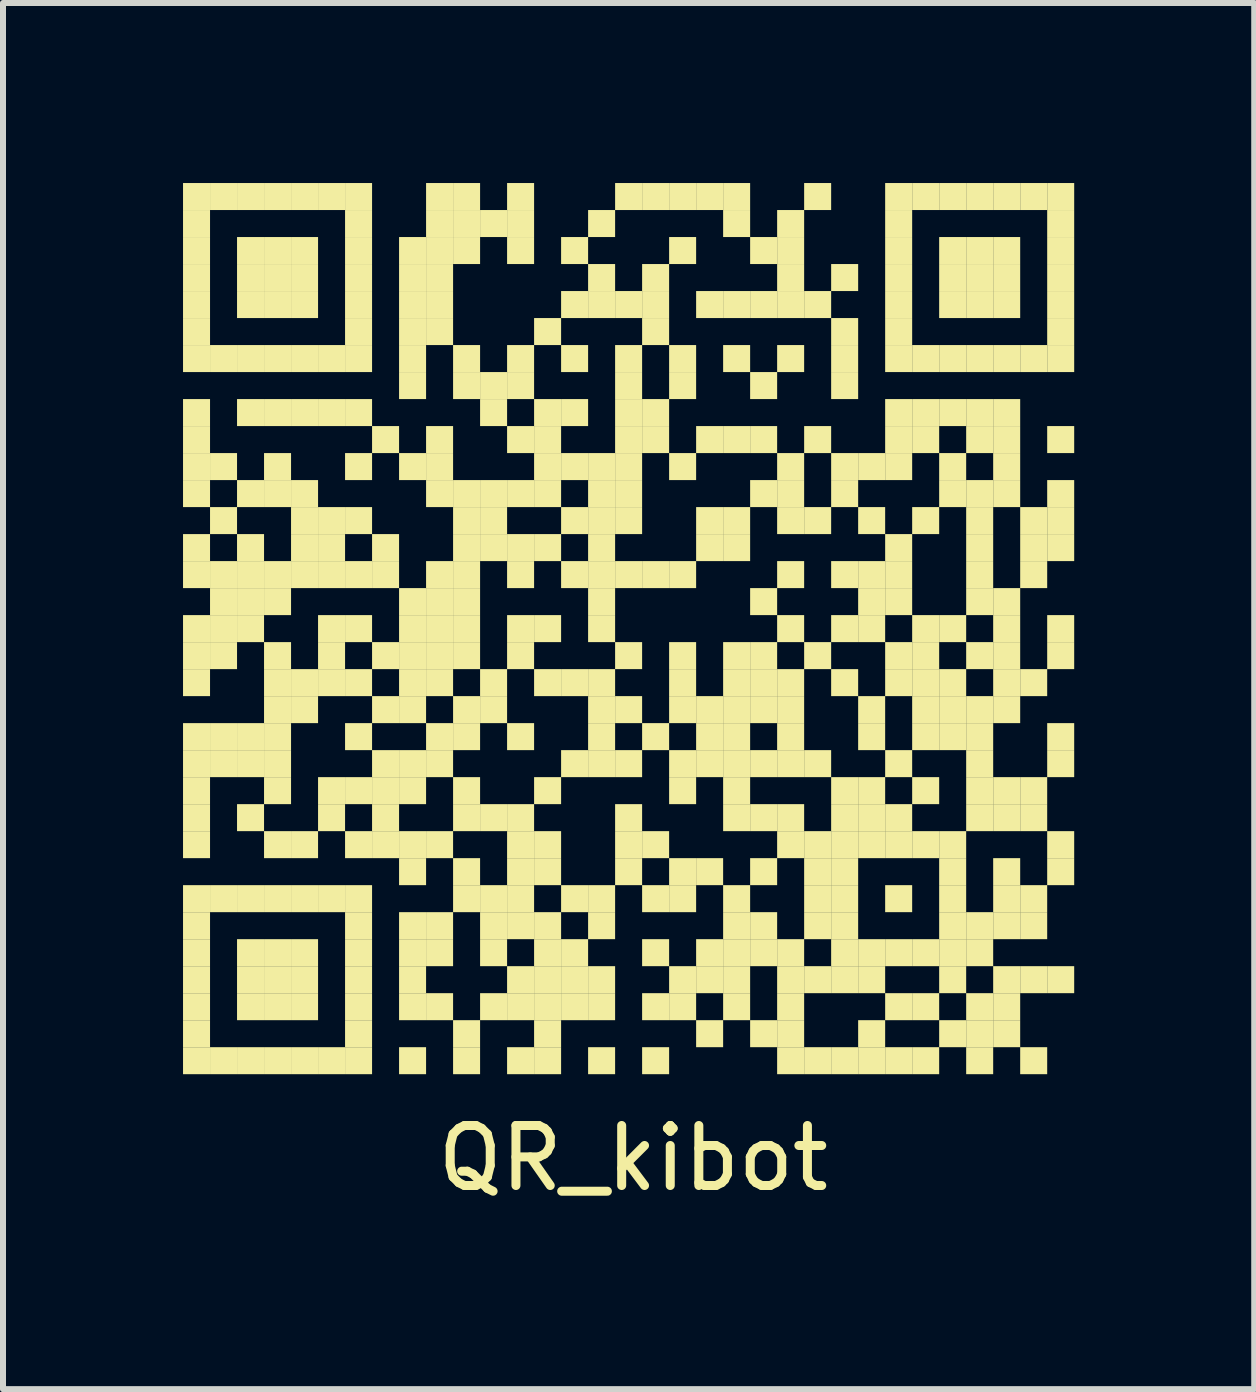
<source format=kicad_pcb>
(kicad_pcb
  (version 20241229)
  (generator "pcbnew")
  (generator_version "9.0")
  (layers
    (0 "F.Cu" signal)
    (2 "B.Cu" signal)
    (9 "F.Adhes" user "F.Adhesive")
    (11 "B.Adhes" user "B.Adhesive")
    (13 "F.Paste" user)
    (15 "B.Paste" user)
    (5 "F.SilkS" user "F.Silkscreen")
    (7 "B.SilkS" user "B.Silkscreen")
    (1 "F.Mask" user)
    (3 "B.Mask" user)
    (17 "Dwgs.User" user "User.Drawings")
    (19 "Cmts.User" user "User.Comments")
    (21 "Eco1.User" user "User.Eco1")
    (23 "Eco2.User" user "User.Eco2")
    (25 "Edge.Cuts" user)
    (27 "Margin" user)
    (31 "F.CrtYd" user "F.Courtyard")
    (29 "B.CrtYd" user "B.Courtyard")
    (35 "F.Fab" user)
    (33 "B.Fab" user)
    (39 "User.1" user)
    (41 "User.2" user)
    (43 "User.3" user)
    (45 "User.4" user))
  (footprint "QR_kibot"
    (layer "F.Cu")
    (at 7.5 7.5)
    (property "Reference" "QR_kibot" (at 0 8.75 0) (layer "F.SilkS") (effects (font (size 1 1) (thickness 0.15))))
    (attr exclude_from_pos_files exclude_from_bom)
    (fp_poly (pts (xy -7.5 -7.5) (xy -7.5 -7.05) (xy -7.05 -7.05) (xy -7.05 -7.5)) (stroke (width 0) (type solid)) (fill yes) (layer "F.SilkS"))
    (fp_poly (pts (xy -7.5 -7.05) (xy -7.5 -6.6) (xy -7.05 -6.6) (xy -7.05 -7.05)) (stroke (width 0) (type solid)) (fill yes) (layer "F.SilkS"))
    (fp_poly (pts (xy -7.5 -6.6) (xy -7.5 -6.15) (xy -7.05 -6.15) (xy -7.05 -6.6)) (stroke (width 0) (type solid)) (fill yes) (layer "F.SilkS"))
    (fp_poly (pts (xy -7.5 -6.15) (xy -7.5 -5.7) (xy -7.05 -5.7) (xy -7.05 -6.15)) (stroke (width 0) (type solid)) (fill yes) (layer "F.SilkS"))
    (fp_poly (pts (xy -7.5 -5.7) (xy -7.5 -5.25) (xy -7.05 -5.25) (xy -7.05 -5.7)) (stroke (width 0) (type solid)) (fill yes) (layer "F.SilkS"))
    (fp_poly (pts (xy -7.5 -5.25) (xy -7.5 -4.8) (xy -7.05 -4.8) (xy -7.05 -5.25)) (stroke (width 0) (type solid)) (fill yes) (layer "F.SilkS"))
    (fp_poly (pts (xy -7.5 -4.8) (xy -7.5 -4.35) (xy -7.05 -4.35) (xy -7.05 -4.8)) (stroke (width 0) (type solid)) (fill yes) (layer "F.SilkS"))
    (fp_poly (pts (xy -7.5 -3.9) (xy -7.5 -3.45) (xy -7.05 -3.45) (xy -7.05 -3.9)) (stroke (width 0) (type solid)) (fill yes) (layer "F.SilkS"))
    (fp_poly (pts (xy -7.5 -3.45) (xy -7.5 -3) (xy -7.05 -3) (xy -7.05 -3.45)) (stroke (width 0) (type solid)) (fill yes) (layer "F.SilkS"))
    (fp_poly (pts (xy -7.5 -3) (xy -7.5 -2.55) (xy -7.05 -2.55) (xy -7.05 -3)) (stroke (width 0) (type solid)) (fill yes) (layer "F.SilkS"))
    (fp_poly (pts (xy -7.5 -2.55) (xy -7.5 -2.1) (xy -7.05 -2.1) (xy -7.05 -2.55)) (stroke (width 0) (type solid)) (fill yes) (layer "F.SilkS"))
    (fp_poly (pts (xy -7.5 -1.65) (xy -7.5 -1.2) (xy -7.05 -1.2) (xy -7.05 -1.65)) (stroke (width 0) (type solid)) (fill yes) (layer "F.SilkS"))
    (fp_poly (pts (xy -7.5 -1.2) (xy -7.5 -0.75) (xy -7.05 -0.75) (xy -7.05 -1.2)) (stroke (width 0) (type solid)) (fill yes) (layer "F.SilkS"))
    (fp_poly (pts (xy -7.5 -0.3) (xy -7.5 0.15) (xy -7.05 0.15) (xy -7.05 -0.3)) (stroke (width 0) (type solid)) (fill yes) (layer "F.SilkS"))
    (fp_poly (pts (xy -7.5 0.15) (xy -7.5 0.6) (xy -7.05 0.6) (xy -7.05 0.15)) (stroke (width 0) (type solid)) (fill yes) (layer "F.SilkS"))
    (fp_poly (pts (xy -7.5 0.6) (xy -7.5 1.05) (xy -7.05 1.05) (xy -7.05 0.6)) (stroke (width 0) (type solid)) (fill yes) (layer "F.SilkS"))
    (fp_poly (pts (xy -7.5 1.5) (xy -7.5 1.95) (xy -7.05 1.95) (xy -7.05 1.5)) (stroke (width 0) (type solid)) (fill yes) (layer "F.SilkS"))
    (fp_poly (pts (xy -7.5 1.95) (xy -7.5 2.4) (xy -7.05 2.4) (xy -7.05 1.95)) (stroke (width 0) (type solid)) (fill yes) (layer "F.SilkS"))
    (fp_poly (pts (xy -7.5 2.4) (xy -7.5 2.85) (xy -7.05 2.85) (xy -7.05 2.4)) (stroke (width 0) (type solid)) (fill yes) (layer "F.SilkS"))
    (fp_poly (pts (xy -7.5 2.85) (xy -7.5 3.3) (xy -7.05 3.3) (xy -7.05 2.85)) (stroke (width 0) (type solid)) (fill yes) (layer "F.SilkS"))
    (fp_poly (pts (xy -7.5 3.3) (xy -7.5 3.75) (xy -7.05 3.75) (xy -7.05 3.3)) (stroke (width 0) (type solid)) (fill yes) (layer "F.SilkS"))
    (fp_poly (pts (xy -7.5 4.2) (xy -7.5 4.65) (xy -7.05 4.65) (xy -7.05 4.2)) (stroke (width 0) (type solid)) (fill yes) (layer "F.SilkS"))
    (fp_poly (pts (xy -7.5 4.65) (xy -7.5 5.1) (xy -7.05 5.1) (xy -7.05 4.65)) (stroke (width 0) (type solid)) (fill yes) (layer "F.SilkS"))
    (fp_poly (pts (xy -7.5 5.1) (xy -7.5 5.55) (xy -7.05 5.55) (xy -7.05 5.1)) (stroke (width 0) (type solid)) (fill yes) (layer "F.SilkS"))
    (fp_poly (pts (xy -7.5 5.55) (xy -7.5 6) (xy -7.05 6) (xy -7.05 5.55)) (stroke (width 0) (type solid)) (fill yes) (layer "F.SilkS"))
    (fp_poly (pts (xy -7.5 6) (xy -7.5 6.45) (xy -7.05 6.45) (xy -7.05 6)) (stroke (width 0) (type solid)) (fill yes) (layer "F.SilkS"))
    (fp_poly (pts (xy -7.5 6.45) (xy -7.5 6.9) (xy -7.05 6.9) (xy -7.05 6.45)) (stroke (width 0) (type solid)) (fill yes) (layer "F.SilkS"))
    (fp_poly (pts (xy -7.5 6.9) (xy -7.5 7.35) (xy -7.05 7.35) (xy -7.05 6.9)) (stroke (width 0) (type solid)) (fill yes) (layer "F.SilkS"))
    (fp_poly (pts (xy -7.05 -7.5) (xy -7.05 -7.05) (xy -6.6 -7.05) (xy -6.6 -7.5)) (stroke (width 0) (type solid)) (fill yes) (layer "F.SilkS"))
    (fp_poly (pts (xy -7.05 -4.8) (xy -7.05 -4.35) (xy -6.6 -4.35) (xy -6.6 -4.8)) (stroke (width 0) (type solid)) (fill yes) (layer "F.SilkS"))
    (fp_poly (pts (xy -7.05 -3) (xy -7.05 -2.55) (xy -6.6 -2.55) (xy -6.6 -3)) (stroke (width 0) (type solid)) (fill yes) (layer "F.SilkS"))
    (fp_poly (pts (xy -7.05 -2.1) (xy -7.05 -1.65) (xy -6.6 -1.65) (xy -6.6 -2.1)) (stroke (width 0) (type solid)) (fill yes) (layer "F.SilkS"))
    (fp_poly (pts (xy -7.05 -1.2) (xy -7.05 -0.75) (xy -6.6 -0.75) (xy -6.6 -1.2)) (stroke (width 0) (type solid)) (fill yes) (layer "F.SilkS"))
    (fp_poly (pts (xy -7.05 -0.75) (xy -7.05 -0.3) (xy -6.6 -0.3) (xy -6.6 -0.75)) (stroke (width 0) (type solid)) (fill yes) (layer "F.SilkS"))
    (fp_poly (pts (xy -7.05 -0.3) (xy -7.05 0.15) (xy -6.6 0.15) (xy -6.6 -0.3)) (stroke (width 0) (type solid)) (fill yes) (layer "F.SilkS"))
    (fp_poly (pts (xy -7.05 0.15) (xy -7.05 0.6) (xy -6.6 0.6) (xy -6.6 0.15)) (stroke (width 0) (type solid)) (fill yes) (layer "F.SilkS"))
    (fp_poly (pts (xy -7.05 1.5) (xy -7.05 1.95) (xy -6.6 1.95) (xy -6.6 1.5)) (stroke (width 0) (type solid)) (fill yes) (layer "F.SilkS"))
    (fp_poly (pts (xy -7.05 1.95) (xy -7.05 2.4) (xy -6.6 2.4) (xy -6.6 1.95)) (stroke (width 0) (type solid)) (fill yes) (layer "F.SilkS"))
    (fp_poly (pts (xy -7.05 4.2) (xy -7.05 4.65) (xy -6.6 4.65) (xy -6.6 4.2)) (stroke (width 0) (type solid)) (fill yes) (layer "F.SilkS"))
    (fp_poly (pts (xy -7.05 6.9) (xy -7.05 7.35) (xy -6.6 7.35) (xy -6.6 6.9)) (stroke (width 0) (type solid)) (fill yes) (layer "F.SilkS"))
    (fp_poly (pts (xy -6.6 -7.5) (xy -6.6 -7.05) (xy -6.15 -7.05) (xy -6.15 -7.5)) (stroke (width 0) (type solid)) (fill yes) (layer "F.SilkS"))
    (fp_poly (pts (xy -6.6 -6.6) (xy -6.6 -6.15) (xy -6.15 -6.15) (xy -6.15 -6.6)) (stroke (width 0) (type solid)) (fill yes) (layer "F.SilkS"))
    (fp_poly (pts (xy -6.6 -6.15) (xy -6.6 -5.7) (xy -6.15 -5.7) (xy -6.15 -6.15)) (stroke (width 0) (type solid)) (fill yes) (layer "F.SilkS"))
    (fp_poly (pts (xy -6.6 -5.7) (xy -6.6 -5.25) (xy -6.15 -5.25) (xy -6.15 -5.7)) (stroke (width 0) (type solid)) (fill yes) (layer "F.SilkS"))
    (fp_poly (pts (xy -6.6 -4.8) (xy -6.6 -4.35) (xy -6.15 -4.35) (xy -6.15 -4.8)) (stroke (width 0) (type solid)) (fill yes) (layer "F.SilkS"))
    (fp_poly (pts (xy -6.6 -3.9) (xy -6.6 -3.45) (xy -6.15 -3.45) (xy -6.15 -3.9)) (stroke (width 0) (type solid)) (fill yes) (layer "F.SilkS"))
    (fp_poly (pts (xy -6.6 -2.55) (xy -6.6 -2.1) (xy -6.15 -2.1) (xy -6.15 -2.55)) (stroke (width 0) (type solid)) (fill yes) (layer "F.SilkS"))
    (fp_poly (pts (xy -6.6 -1.65) (xy -6.6 -1.2) (xy -6.15 -1.2) (xy -6.15 -1.65)) (stroke (width 0) (type solid)) (fill yes) (layer "F.SilkS"))
    (fp_poly (pts (xy -6.6 -1.2) (xy -6.6 -0.75) (xy -6.15 -0.75) (xy -6.15 -1.2)) (stroke (width 0) (type solid)) (fill yes) (layer "F.SilkS"))
    (fp_poly (pts (xy -6.6 -0.75) (xy -6.6 -0.3) (xy -6.15 -0.3) (xy -6.15 -0.75)) (stroke (width 0) (type solid)) (fill yes) (layer "F.SilkS"))
    (fp_poly (pts (xy -6.6 -0.3) (xy -6.6 0.15) (xy -6.15 0.15) (xy -6.15 -0.3)) (stroke (width 0) (type solid)) (fill yes) (layer "F.SilkS"))
    (fp_poly (pts (xy -6.6 1.5) (xy -6.6 1.95) (xy -6.15 1.95) (xy -6.15 1.5)) (stroke (width 0) (type solid)) (fill yes) (layer "F.SilkS"))
    (fp_poly (pts (xy -6.6 1.95) (xy -6.6 2.4) (xy -6.15 2.4) (xy -6.15 1.95)) (stroke (width 0) (type solid)) (fill yes) (layer "F.SilkS"))
    (fp_poly (pts (xy -6.6 2.85) (xy -6.6 3.3) (xy -6.15 3.3) (xy -6.15 2.85)) (stroke (width 0) (type solid)) (fill yes) (layer "F.SilkS"))
    (fp_poly (pts (xy -6.6 4.2) (xy -6.6 4.65) (xy -6.15 4.65) (xy -6.15 4.2)) (stroke (width 0) (type solid)) (fill yes) (layer "F.SilkS"))
    (fp_poly (pts (xy -6.6 5.1) (xy -6.6 5.55) (xy -6.15 5.55) (xy -6.15 5.1)) (stroke (width 0) (type solid)) (fill yes) (layer "F.SilkS"))
    (fp_poly (pts (xy -6.6 5.55) (xy -6.6 6) (xy -6.15 6) (xy -6.15 5.55)) (stroke (width 0) (type solid)) (fill yes) (layer "F.SilkS"))
    (fp_poly (pts (xy -6.6 6) (xy -6.6 6.45) (xy -6.15 6.45) (xy -6.15 6)) (stroke (width 0) (type solid)) (fill yes) (layer "F.SilkS"))
    (fp_poly (pts (xy -6.6 6.9) (xy -6.6 7.35) (xy -6.15 7.35) (xy -6.15 6.9)) (stroke (width 0) (type solid)) (fill yes) (layer "F.SilkS"))
    (fp_poly (pts (xy -6.15 -7.5) (xy -6.15 -7.05) (xy -5.7 -7.05) (xy -5.7 -7.5)) (stroke (width 0) (type solid)) (fill yes) (layer "F.SilkS"))
    (fp_poly (pts (xy -6.15 -6.6) (xy -6.15 -6.15) (xy -5.7 -6.15) (xy -5.7 -6.6)) (stroke (width 0) (type solid)) (fill yes) (layer "F.SilkS"))
    (fp_poly (pts (xy -6.15 -6.15) (xy -6.15 -5.7) (xy -5.7 -5.7) (xy -5.7 -6.15)) (stroke (width 0) (type solid)) (fill yes) (layer "F.SilkS"))
    (fp_poly (pts (xy -6.15 -5.7) (xy -6.15 -5.25) (xy -5.7 -5.25) (xy -5.7 -5.7)) (stroke (width 0) (type solid)) (fill yes) (layer "F.SilkS"))
    (fp_poly (pts (xy -6.15 -4.8) (xy -6.15 -4.35) (xy -5.7 -4.35) (xy -5.7 -4.8)) (stroke (width 0) (type solid)) (fill yes) (layer "F.SilkS"))
    (fp_poly (pts (xy -6.15 -3.9) (xy -6.15 -3.45) (xy -5.7 -3.45) (xy -5.7 -3.9)) (stroke (width 0) (type solid)) (fill yes) (layer "F.SilkS"))
    (fp_poly (pts (xy -6.15 -3) (xy -6.15 -2.55) (xy -5.7 -2.55) (xy -5.7 -3)) (stroke (width 0) (type solid)) (fill yes) (layer "F.SilkS"))
    (fp_poly (pts (xy -6.15 -2.55) (xy -6.15 -2.1) (xy -5.7 -2.1) (xy -5.7 -2.55)) (stroke (width 0) (type solid)) (fill yes) (layer "F.SilkS"))
    (fp_poly (pts (xy -6.15 -1.2) (xy -6.15 -0.75) (xy -5.7 -0.75) (xy -5.7 -1.2)) (stroke (width 0) (type solid)) (fill yes) (layer "F.SilkS"))
    (fp_poly (pts (xy -6.15 -0.75) (xy -6.15 -0.3) (xy -5.7 -0.3) (xy -5.7 -0.75)) (stroke (width 0) (type solid)) (fill yes) (layer "F.SilkS"))
    (fp_poly (pts (xy -6.15 0.15) (xy -6.15 0.6) (xy -5.7 0.6) (xy -5.7 0.15)) (stroke (width 0) (type solid)) (fill yes) (layer "F.SilkS"))
    (fp_poly (pts (xy -6.15 0.6) (xy -6.15 1.05) (xy -5.7 1.05) (xy -5.7 0.6)) (stroke (width 0) (type solid)) (fill yes) (layer "F.SilkS"))
    (fp_poly (pts (xy -6.15 1.05) (xy -6.15 1.5) (xy -5.7 1.5) (xy -5.7 1.05)) (stroke (width 0) (type solid)) (fill yes) (layer "F.SilkS"))
    (fp_poly (pts (xy -6.15 1.5) (xy -6.15 1.95) (xy -5.7 1.95) (xy -5.7 1.5)) (stroke (width 0) (type solid)) (fill yes) (layer "F.SilkS"))
    (fp_poly (pts (xy -6.15 1.95) (xy -6.15 2.4) (xy -5.7 2.4) (xy -5.7 1.95)) (stroke (width 0) (type solid)) (fill yes) (layer "F.SilkS"))
    (fp_poly (pts (xy -6.15 2.4) (xy -6.15 2.85) (xy -5.7 2.85) (xy -5.7 2.4)) (stroke (width 0) (type solid)) (fill yes) (layer "F.SilkS"))
    (fp_poly (pts (xy -6.15 3.3) (xy -6.15 3.75) (xy -5.7 3.75) (xy -5.7 3.3)) (stroke (width 0) (type solid)) (fill yes) (layer "F.SilkS"))
    (fp_poly (pts (xy -6.15 4.2) (xy -6.15 4.65) (xy -5.7 4.65) (xy -5.7 4.2)) (stroke (width 0) (type solid)) (fill yes) (layer "F.SilkS"))
    (fp_poly (pts (xy -6.15 5.1) (xy -6.15 5.55) (xy -5.7 5.55) (xy -5.7 5.1)) (stroke (width 0) (type solid)) (fill yes) (layer "F.SilkS"))
    (fp_poly (pts (xy -6.15 5.55) (xy -6.15 6) (xy -5.7 6) (xy -5.7 5.55)) (stroke (width 0) (type solid)) (fill yes) (layer "F.SilkS"))
    (fp_poly (pts (xy -6.15 6) (xy -6.15 6.45) (xy -5.7 6.45) (xy -5.7 6)) (stroke (width 0) (type solid)) (fill yes) (layer "F.SilkS"))
    (fp_poly (pts (xy -6.15 6.9) (xy -6.15 7.35) (xy -5.7 7.35) (xy -5.7 6.9)) (stroke (width 0) (type solid)) (fill yes) (layer "F.SilkS"))
    (fp_poly (pts (xy -5.7 -7.5) (xy -5.7 -7.05) (xy -5.25 -7.05) (xy -5.25 -7.5)) (stroke (width 0) (type solid)) (fill yes) (layer "F.SilkS"))
    (fp_poly (pts (xy -5.7 -6.6) (xy -5.7 -6.15) (xy -5.25 -6.15) (xy -5.25 -6.6)) (stroke (width 0) (type solid)) (fill yes) (layer "F.SilkS"))
    (fp_poly (pts (xy -5.7 -6.15) (xy -5.7 -5.7) (xy -5.25 -5.7) (xy -5.25 -6.15)) (stroke (width 0) (type solid)) (fill yes) (layer "F.SilkS"))
    (fp_poly (pts (xy -5.7 -5.7) (xy -5.7 -5.25) (xy -5.25 -5.25) (xy -5.25 -5.7)) (stroke (width 0) (type solid)) (fill yes) (layer "F.SilkS"))
    (fp_poly (pts (xy -5.7 -4.8) (xy -5.7 -4.35) (xy -5.25 -4.35) (xy -5.25 -4.8)) (stroke (width 0) (type solid)) (fill yes) (layer "F.SilkS"))
    (fp_poly (pts (xy -5.7 -3.9) (xy -5.7 -3.45) (xy -5.25 -3.45) (xy -5.25 -3.9)) (stroke (width 0) (type solid)) (fill yes) (layer "F.SilkS"))
    (fp_poly (pts (xy -5.7 -2.55) (xy -5.7 -2.1) (xy -5.25 -2.1) (xy -5.25 -2.55)) (stroke (width 0) (type solid)) (fill yes) (layer "F.SilkS"))
    (fp_poly (pts (xy -5.7 -2.1) (xy -5.7 -1.65) (xy -5.25 -1.65) (xy -5.25 -2.1)) (stroke (width 0) (type solid)) (fill yes) (layer "F.SilkS"))
    (fp_poly (pts (xy -5.7 -1.65) (xy -5.7 -1.2) (xy -5.25 -1.2) (xy -5.25 -1.65)) (stroke (width 0) (type solid)) (fill yes) (layer "F.SilkS"))
    (fp_poly (pts (xy -5.7 -1.2) (xy -5.7 -0.75) (xy -5.25 -0.75) (xy -5.25 -1.2)) (stroke (width 0) (type solid)) (fill yes) (layer "F.SilkS"))
    (fp_poly (pts (xy -5.7 0.6) (xy -5.7 1.05) (xy -5.25 1.05) (xy -5.25 0.6)) (stroke (width 0) (type solid)) (fill yes) (layer "F.SilkS"))
    (fp_poly (pts (xy -5.7 1.05) (xy -5.7 1.5) (xy -5.25 1.5) (xy -5.25 1.05)) (stroke (width 0) (type solid)) (fill yes) (layer "F.SilkS"))
    (fp_poly (pts (xy -5.7 3.3) (xy -5.7 3.75) (xy -5.25 3.75) (xy -5.25 3.3)) (stroke (width 0) (type solid)) (fill yes) (layer "F.SilkS"))
    (fp_poly (pts (xy -5.7 4.2) (xy -5.7 4.65) (xy -5.25 4.65) (xy -5.25 4.2)) (stroke (width 0) (type solid)) (fill yes) (layer "F.SilkS"))
    (fp_poly (pts (xy -5.7 5.1) (xy -5.7 5.55) (xy -5.25 5.55) (xy -5.25 5.1)) (stroke (width 0) (type solid)) (fill yes) (layer "F.SilkS"))
    (fp_poly (pts (xy -5.7 5.55) (xy -5.7 6) (xy -5.25 6) (xy -5.25 5.55)) (stroke (width 0) (type solid)) (fill yes) (layer "F.SilkS"))
    (fp_poly (pts (xy -5.7 6) (xy -5.7 6.45) (xy -5.25 6.45) (xy -5.25 6)) (stroke (width 0) (type solid)) (fill yes) (layer "F.SilkS"))
    (fp_poly (pts (xy -5.7 6.9) (xy -5.7 7.35) (xy -5.25 7.35) (xy -5.25 6.9)) (stroke (width 0) (type solid)) (fill yes) (layer "F.SilkS"))
    (fp_poly (pts (xy -5.25 -7.5) (xy -5.25 -7.05) (xy -4.8 -7.05) (xy -4.8 -7.5)) (stroke (width 0) (type solid)) (fill yes) (layer "F.SilkS"))
    (fp_poly (pts (xy -5.25 -4.8) (xy -5.25 -4.35) (xy -4.8 -4.35) (xy -4.8 -4.8)) (stroke (width 0) (type solid)) (fill yes) (layer "F.SilkS"))
    (fp_poly (pts (xy -5.25 -3.9) (xy -5.25 -3.45) (xy -4.8 -3.45) (xy -4.8 -3.9)) (stroke (width 0) (type solid)) (fill yes) (layer "F.SilkS"))
    (fp_poly (pts (xy -5.25 -2.1) (xy -5.25 -1.65) (xy -4.8 -1.65) (xy -4.8 -2.1)) (stroke (width 0) (type solid)) (fill yes) (layer "F.SilkS"))
    (fp_poly (pts (xy -5.25 -1.65) (xy -5.25 -1.2) (xy -4.8 -1.2) (xy -4.8 -1.65)) (stroke (width 0) (type solid)) (fill yes) (layer "F.SilkS"))
    (fp_poly (pts (xy -5.25 -1.2) (xy -5.25 -0.75) (xy -4.8 -0.75) (xy -4.8 -1.2)) (stroke (width 0) (type solid)) (fill yes) (layer "F.SilkS"))
    (fp_poly (pts (xy -5.25 -0.3) (xy -5.25 0.15) (xy -4.8 0.15) (xy -4.8 -0.3)) (stroke (width 0) (type solid)) (fill yes) (layer "F.SilkS"))
    (fp_poly (pts (xy -5.25 0.15) (xy -5.25 0.6) (xy -4.8 0.6) (xy -4.8 0.15)) (stroke (width 0) (type solid)) (fill yes) (layer "F.SilkS"))
    (fp_poly (pts (xy -5.25 0.6) (xy -5.25 1.05) (xy -4.8 1.05) (xy -4.8 0.6)) (stroke (width 0) (type solid)) (fill yes) (layer "F.SilkS"))
    (fp_poly (pts (xy -5.25 2.4) (xy -5.25 2.85) (xy -4.8 2.85) (xy -4.8 2.4)) (stroke (width 0) (type solid)) (fill yes) (layer "F.SilkS"))
    (fp_poly (pts (xy -5.25 2.85) (xy -5.25 3.3) (xy -4.8 3.3) (xy -4.8 2.85)) (stroke (width 0) (type solid)) (fill yes) (layer "F.SilkS"))
    (fp_poly (pts (xy -5.25 4.2) (xy -5.25 4.65) (xy -4.8 4.65) (xy -4.8 4.2)) (stroke (width 0) (type solid)) (fill yes) (layer "F.SilkS"))
    (fp_poly (pts (xy -5.25 6.9) (xy -5.25 7.35) (xy -4.8 7.35) (xy -4.8 6.9)) (stroke (width 0) (type solid)) (fill yes) (layer "F.SilkS"))
    (fp_poly (pts (xy -4.8 -7.5) (xy -4.8 -7.05) (xy -4.35 -7.05) (xy -4.35 -7.5)) (stroke (width 0) (type solid)) (fill yes) (layer "F.SilkS"))
    (fp_poly (pts (xy -4.8 -7.05) (xy -4.8 -6.6) (xy -4.35 -6.6) (xy -4.35 -7.05)) (stroke (width 0) (type solid)) (fill yes) (layer "F.SilkS"))
    (fp_poly (pts (xy -4.8 -6.6) (xy -4.8 -6.15) (xy -4.35 -6.15) (xy -4.35 -6.6)) (stroke (width 0) (type solid)) (fill yes) (layer "F.SilkS"))
    (fp_poly (pts (xy -4.8 -6.15) (xy -4.8 -5.7) (xy -4.35 -5.7) (xy -4.35 -6.15)) (stroke (width 0) (type solid)) (fill yes) (layer "F.SilkS"))
    (fp_poly (pts (xy -4.8 -5.7) (xy -4.8 -5.25) (xy -4.35 -5.25) (xy -4.35 -5.7)) (stroke (width 0) (type solid)) (fill yes) (layer "F.SilkS"))
    (fp_poly (pts (xy -4.8 -5.25) (xy -4.8 -4.8) (xy -4.35 -4.8) (xy -4.35 -5.25)) (stroke (width 0) (type solid)) (fill yes) (layer "F.SilkS"))
    (fp_poly (pts (xy -4.8 -4.8) (xy -4.8 -4.35) (xy -4.35 -4.35) (xy -4.35 -4.8)) (stroke (width 0) (type solid)) (fill yes) (layer "F.SilkS"))
    (fp_poly (pts (xy -4.8 -3.9) (xy -4.8 -3.45) (xy -4.35 -3.45) (xy -4.35 -3.9)) (stroke (width 0) (type solid)) (fill yes) (layer "F.SilkS"))
    (fp_poly (pts (xy -4.8 -3) (xy -4.8 -2.55) (xy -4.35 -2.55) (xy -4.35 -3)) (stroke (width 0) (type solid)) (fill yes) (layer "F.SilkS"))
    (fp_poly (pts (xy -4.8 -2.1) (xy -4.8 -1.65) (xy -4.35 -1.65) (xy -4.35 -2.1)) (stroke (width 0) (type solid)) (fill yes) (layer "F.SilkS"))
    (fp_poly (pts (xy -4.8 -1.2) (xy -4.8 -0.75) (xy -4.35 -0.75) (xy -4.35 -1.2)) (stroke (width 0) (type solid)) (fill yes) (layer "F.SilkS"))
    (fp_poly (pts (xy -4.8 -0.3) (xy -4.8 0.15) (xy -4.35 0.15) (xy -4.35 -0.3)) (stroke (width 0) (type solid)) (fill yes) (layer "F.SilkS"))
    (fp_poly (pts (xy -4.8 0.6) (xy -4.8 1.05) (xy -4.35 1.05) (xy -4.35 0.6)) (stroke (width 0) (type solid)) (fill yes) (layer "F.SilkS"))
    (fp_poly (pts (xy -4.8 1.5) (xy -4.8 1.95) (xy -4.35 1.95) (xy -4.35 1.5)) (stroke (width 0) (type solid)) (fill yes) (layer "F.SilkS"))
    (fp_poly (pts (xy -4.8 2.4) (xy -4.8 2.85) (xy -4.35 2.85) (xy -4.35 2.4)) (stroke (width 0) (type solid)) (fill yes) (layer "F.SilkS"))
    (fp_poly (pts (xy -4.8 3.3) (xy -4.8 3.75) (xy -4.35 3.75) (xy -4.35 3.3)) (stroke (width 0) (type solid)) (fill yes) (layer "F.SilkS"))
    (fp_poly (pts (xy -4.8 4.2) (xy -4.8 4.65) (xy -4.35 4.65) (xy -4.35 4.2)) (stroke (width 0) (type solid)) (fill yes) (layer "F.SilkS"))
    (fp_poly (pts (xy -4.8 4.65) (xy -4.8 5.1) (xy -4.35 5.1) (xy -4.35 4.65)) (stroke (width 0) (type solid)) (fill yes) (layer "F.SilkS"))
    (fp_poly (pts (xy -4.8 5.1) (xy -4.8 5.55) (xy -4.35 5.55) (xy -4.35 5.1)) (stroke (width 0) (type solid)) (fill yes) (layer "F.SilkS"))
    (fp_poly (pts (xy -4.8 5.55) (xy -4.8 6) (xy -4.35 6) (xy -4.35 5.55)) (stroke (width 0) (type solid)) (fill yes) (layer "F.SilkS"))
    (fp_poly (pts (xy -4.8 6) (xy -4.8 6.45) (xy -4.35 6.45) (xy -4.35 6)) (stroke (width 0) (type solid)) (fill yes) (layer "F.SilkS"))
    (fp_poly (pts (xy -4.8 6.45) (xy -4.8 6.9) (xy -4.35 6.9) (xy -4.35 6.45)) (stroke (width 0) (type solid)) (fill yes) (layer "F.SilkS"))
    (fp_poly (pts (xy -4.8 6.9) (xy -4.8 7.35) (xy -4.35 7.35) (xy -4.35 6.9)) (stroke (width 0) (type solid)) (fill yes) (layer "F.SilkS"))
    (fp_poly (pts (xy -4.35 -3.45) (xy -4.35 -3) (xy -3.9 -3) (xy -3.9 -3.45)) (stroke (width 0) (type solid)) (fill yes) (layer "F.SilkS"))
    (fp_poly (pts (xy -4.35 -1.65) (xy -4.35 -1.2) (xy -3.9 -1.2) (xy -3.9 -1.65)) (stroke (width 0) (type solid)) (fill yes) (layer "F.SilkS"))
    (fp_poly (pts (xy -4.35 -1.2) (xy -4.35 -0.75) (xy -3.9 -0.75) (xy -3.9 -1.2)) (stroke (width 0) (type solid)) (fill yes) (layer "F.SilkS"))
    (fp_poly (pts (xy -4.35 0.15) (xy -4.35 0.6) (xy -3.9 0.6) (xy -3.9 0.15)) (stroke (width 0) (type solid)) (fill yes) (layer "F.SilkS"))
    (fp_poly (pts (xy -4.35 1.05) (xy -4.35 1.5) (xy -3.9 1.5) (xy -3.9 1.05)) (stroke (width 0) (type solid)) (fill yes) (layer "F.SilkS"))
    (fp_poly (pts (xy -4.35 1.95) (xy -4.35 2.4) (xy -3.9 2.4) (xy -3.9 1.95)) (stroke (width 0) (type solid)) (fill yes) (layer "F.SilkS"))
    (fp_poly (pts (xy -4.35 2.4) (xy -4.35 2.85) (xy -3.9 2.85) (xy -3.9 2.4)) (stroke (width 0) (type solid)) (fill yes) (layer "F.SilkS"))
    (fp_poly (pts (xy -4.35 2.85) (xy -4.35 3.3) (xy -3.9 3.3) (xy -3.9 2.85)) (stroke (width 0) (type solid)) (fill yes) (layer "F.SilkS"))
    (fp_poly (pts (xy -4.35 3.3) (xy -4.35 3.75) (xy -3.9 3.75) (xy -3.9 3.3)) (stroke (width 0) (type solid)) (fill yes) (layer "F.SilkS"))
    (fp_poly (pts (xy -3.9 -6.6) (xy -3.9 -6.15) (xy -3.45 -6.15) (xy -3.45 -6.6)) (stroke (width 0) (type solid)) (fill yes) (layer "F.SilkS"))
    (fp_poly (pts (xy -3.9 -6.15) (xy -3.9 -5.7) (xy -3.45 -5.7) (xy -3.45 -6.15)) (stroke (width 0) (type solid)) (fill yes) (layer "F.SilkS"))
    (fp_poly (pts (xy -3.9 -5.7) (xy -3.9 -5.25) (xy -3.45 -5.25) (xy -3.45 -5.7)) (stroke (width 0) (type solid)) (fill yes) (layer "F.SilkS"))
    (fp_poly (pts (xy -3.9 -5.25) (xy -3.9 -4.8) (xy -3.45 -4.8) (xy -3.45 -5.25)) (stroke (width 0) (type solid)) (fill yes) (layer "F.SilkS"))
    (fp_poly (pts (xy -3.9 -4.8) (xy -3.9 -4.35) (xy -3.45 -4.35) (xy -3.45 -4.8)) (stroke (width 0) (type solid)) (fill yes) (layer "F.SilkS"))
    (fp_poly (pts (xy -3.9 -4.35) (xy -3.9 -3.9) (xy -3.45 -3.9) (xy -3.45 -4.35)) (stroke (width 0) (type solid)) (fill yes) (layer "F.SilkS"))
    (fp_poly (pts (xy -3.9 -3) (xy -3.9 -2.55) (xy -3.45 -2.55) (xy -3.45 -3)) (stroke (width 0) (type solid)) (fill yes) (layer "F.SilkS"))
    (fp_poly (pts (xy -3.9 -0.75) (xy -3.9 -0.3) (xy -3.45 -0.3) (xy -3.45 -0.75)) (stroke (width 0) (type solid)) (fill yes) (layer "F.SilkS"))
    (fp_poly (pts (xy -3.9 -0.3) (xy -3.9 0.15) (xy -3.45 0.15) (xy -3.45 -0.3)) (stroke (width 0) (type solid)) (fill yes) (layer "F.SilkS"))
    (fp_poly (pts (xy -3.9 0.15) (xy -3.9 0.6) (xy -3.45 0.6) (xy -3.45 0.15)) (stroke (width 0) (type solid)) (fill yes) (layer "F.SilkS"))
    (fp_poly (pts (xy -3.9 0.6) (xy -3.9 1.05) (xy -3.45 1.05) (xy -3.45 0.6)) (stroke (width 0) (type solid)) (fill yes) (layer "F.SilkS"))
    (fp_poly (pts (xy -3.9 1.05) (xy -3.9 1.5) (xy -3.45 1.5) (xy -3.45 1.05)) (stroke (width 0) (type solid)) (fill yes) (layer "F.SilkS"))
    (fp_poly (pts (xy -3.9 1.95) (xy -3.9 2.4) (xy -3.45 2.4) (xy -3.45 1.95)) (stroke (width 0) (type solid)) (fill yes) (layer "F.SilkS"))
    (fp_poly (pts (xy -3.9 2.4) (xy -3.9 2.85) (xy -3.45 2.85) (xy -3.45 2.4)) (stroke (width 0) (type solid)) (fill yes) (layer "F.SilkS"))
    (fp_poly (pts (xy -3.9 3.3) (xy -3.9 3.75) (xy -3.45 3.75) (xy -3.45 3.3)) (stroke (width 0) (type solid)) (fill yes) (layer "F.SilkS"))
    (fp_poly (pts (xy -3.9 3.75) (xy -3.9 4.2) (xy -3.45 4.2) (xy -3.45 3.75)) (stroke (width 0) (type solid)) (fill yes) (layer "F.SilkS"))
    (fp_poly (pts (xy -3.9 4.65) (xy -3.9 5.1) (xy -3.45 5.1) (xy -3.45 4.65)) (stroke (width 0) (type solid)) (fill yes) (layer "F.SilkS"))
    (fp_poly (pts (xy -3.9 5.1) (xy -3.9 5.55) (xy -3.45 5.55) (xy -3.45 5.1)) (stroke (width 0) (type solid)) (fill yes) (layer "F.SilkS"))
    (fp_poly (pts (xy -3.9 5.55) (xy -3.9 6) (xy -3.45 6) (xy -3.45 5.55)) (stroke (width 0) (type solid)) (fill yes) (layer "F.SilkS"))
    (fp_poly (pts (xy -3.9 6) (xy -3.9 6.45) (xy -3.45 6.45) (xy -3.45 6)) (stroke (width 0) (type solid)) (fill yes) (layer "F.SilkS"))
    (fp_poly (pts (xy -3.9 6.9) (xy -3.9 7.35) (xy -3.45 7.35) (xy -3.45 6.9)) (stroke (width 0) (type solid)) (fill yes) (layer "F.SilkS"))
    (fp_poly (pts (xy -3.45 -7.5) (xy -3.45 -7.05) (xy -3 -7.05) (xy -3 -7.5)) (stroke (width 0) (type solid)) (fill yes) (layer "F.SilkS"))
    (fp_poly (pts (xy -3.45 -7.05) (xy -3.45 -6.6) (xy -3 -6.6) (xy -3 -7.05)) (stroke (width 0) (type solid)) (fill yes) (layer "F.SilkS"))
    (fp_poly (pts (xy -3.45 -6.6) (xy -3.45 -6.15) (xy -3 -6.15) (xy -3 -6.6)) (stroke (width 0) (type solid)) (fill yes) (layer "F.SilkS"))
    (fp_poly (pts (xy -3.45 -6.15) (xy -3.45 -5.7) (xy -3 -5.7) (xy -3 -6.15)) (stroke (width 0) (type solid)) (fill yes) (layer "F.SilkS"))
    (fp_poly (pts (xy -3.45 -5.7) (xy -3.45 -5.25) (xy -3 -5.25) (xy -3 -5.7)) (stroke (width 0) (type solid)) (fill yes) (layer "F.SilkS"))
    (fp_poly (pts (xy -3.45 -5.25) (xy -3.45 -4.8) (xy -3 -4.8) (xy -3 -5.25)) (stroke (width 0) (type solid)) (fill yes) (layer "F.SilkS"))
    (fp_poly (pts (xy -3.45 -3.45) (xy -3.45 -3) (xy -3 -3) (xy -3 -3.45)) (stroke (width 0) (type solid)) (fill yes) (layer "F.SilkS"))
    (fp_poly (pts (xy -3.45 -3) (xy -3.45 -2.55) (xy -3 -2.55) (xy -3 -3)) (stroke (width 0) (type solid)) (fill yes) (layer "F.SilkS"))
    (fp_poly (pts (xy -3.45 -2.55) (xy -3.45 -2.1) (xy -3 -2.1) (xy -3 -2.55)) (stroke (width 0) (type solid)) (fill yes) (layer "F.SilkS"))
    (fp_poly (pts (xy -3.45 -1.2) (xy -3.45 -0.75) (xy -3 -0.75) (xy -3 -1.2)) (stroke (width 0) (type solid)) (fill yes) (layer "F.SilkS"))
    (fp_poly (pts (xy -3.45 -0.75) (xy -3.45 -0.3) (xy -3 -0.3) (xy -3 -0.75)) (stroke (width 0) (type solid)) (fill yes) (layer "F.SilkS"))
    (fp_poly (pts (xy -3.45 -0.3) (xy -3.45 0.15) (xy -3 0.15) (xy -3 -0.3)) (stroke (width 0) (type solid)) (fill yes) (layer "F.SilkS"))
    (fp_poly (pts (xy -3.45 0.15) (xy -3.45 0.6) (xy -3 0.6) (xy -3 0.15)) (stroke (width 0) (type solid)) (fill yes) (layer "F.SilkS"))
    (fp_poly (pts (xy -3.45 0.6) (xy -3.45 1.05) (xy -3 1.05) (xy -3 0.6)) (stroke (width 0) (type solid)) (fill yes) (layer "F.SilkS"))
    (fp_poly (pts (xy -3.45 1.5) (xy -3.45 1.95) (xy -3 1.95) (xy -3 1.5)) (stroke (width 0) (type solid)) (fill yes) (layer "F.SilkS"))
    (fp_poly (pts (xy -3.45 1.95) (xy -3.45 2.4) (xy -3 2.4) (xy -3 1.95)) (stroke (width 0) (type solid)) (fill yes) (layer "F.SilkS"))
    (fp_poly (pts (xy -3.45 3.3) (xy -3.45 3.75) (xy -3 3.75) (xy -3 3.3)) (stroke (width 0) (type solid)) (fill yes) (layer "F.SilkS"))
    (fp_poly (pts (xy -3.45 4.65) (xy -3.45 5.1) (xy -3 5.1) (xy -3 4.65)) (stroke (width 0) (type solid)) (fill yes) (layer "F.SilkS"))
    (fp_poly (pts (xy -3.45 5.1) (xy -3.45 5.55) (xy -3 5.55) (xy -3 5.1)) (stroke (width 0) (type solid)) (fill yes) (layer "F.SilkS"))
    (fp_poly (pts (xy -3.45 6) (xy -3.45 6.45) (xy -3 6.45) (xy -3 6)) (stroke (width 0) (type solid)) (fill yes) (layer "F.SilkS"))
    (fp_poly (pts (xy -3 -7.5) (xy -3 -7.05) (xy -2.55 -7.05) (xy -2.55 -7.5)) (stroke (width 0) (type solid)) (fill yes) (layer "F.SilkS"))
    (fp_poly (pts (xy -3 -7.05) (xy -3 -6.6) (xy -2.55 -6.6) (xy -2.55 -7.05)) (stroke (width 0) (type solid)) (fill yes) (layer "F.SilkS"))
    (fp_poly (pts (xy -3 -6.6) (xy -3 -6.15) (xy -2.55 -6.15) (xy -2.55 -6.6)) (stroke (width 0) (type solid)) (fill yes) (layer "F.SilkS"))
    (fp_poly (pts (xy -3 -4.8) (xy -3 -4.35) (xy -2.55 -4.35) (xy -2.55 -4.8)) (stroke (width 0) (type solid)) (fill yes) (layer "F.SilkS"))
    (fp_poly (pts (xy -3 -4.35) (xy -3 -3.9) (xy -2.55 -3.9) (xy -2.55 -4.35)) (stroke (width 0) (type solid)) (fill yes) (layer "F.SilkS"))
    (fp_poly (pts (xy -3 -2.55) (xy -3 -2.1) (xy -2.55 -2.1) (xy -2.55 -2.55)) (stroke (width 0) (type solid)) (fill yes) (layer "F.SilkS"))
    (fp_poly (pts (xy -3 -2.1) (xy -3 -1.65) (xy -2.55 -1.65) (xy -2.55 -2.1)) (stroke (width 0) (type solid)) (fill yes) (layer "F.SilkS"))
    (fp_poly (pts (xy -3 -1.65) (xy -3 -1.2) (xy -2.55 -1.2) (xy -2.55 -1.65)) (stroke (width 0) (type solid)) (fill yes) (layer "F.SilkS"))
    (fp_poly (pts (xy -3 -1.2) (xy -3 -0.75) (xy -2.55 -0.75) (xy -2.55 -1.2)) (stroke (width 0) (type solid)) (fill yes) (layer "F.SilkS"))
    (fp_poly (pts (xy -3 -0.75) (xy -3 -0.3) (xy -2.55 -0.3) (xy -2.55 -0.75)) (stroke (width 0) (type solid)) (fill yes) (layer "F.SilkS"))
    (fp_poly (pts (xy -3 -0.3) (xy -3 0.15) (xy -2.55 0.15) (xy -2.55 -0.3)) (stroke (width 0) (type solid)) (fill yes) (layer "F.SilkS"))
    (fp_poly (pts (xy -3 0.15) (xy -3 0.6) (xy -2.55 0.6) (xy -2.55 0.15)) (stroke (width 0) (type solid)) (fill yes) (layer "F.SilkS"))
    (fp_poly (pts (xy -3 1.05) (xy -3 1.5) (xy -2.55 1.5) (xy -2.55 1.05)) (stroke (width 0) (type solid)) (fill yes) (layer "F.SilkS"))
    (fp_poly (pts (xy -3 1.5) (xy -3 1.95) (xy -2.55 1.95) (xy -2.55 1.5)) (stroke (width 0) (type solid)) (fill yes) (layer "F.SilkS"))
    (fp_poly (pts (xy -3 2.4) (xy -3 2.85) (xy -2.55 2.85) (xy -2.55 2.4)) (stroke (width 0) (type solid)) (fill yes) (layer "F.SilkS"))
    (fp_poly (pts (xy -3 2.85) (xy -3 3.3) (xy -2.55 3.3) (xy -2.55 2.85)) (stroke (width 0) (type solid)) (fill yes) (layer "F.SilkS"))
    (fp_poly (pts (xy -3 3.75) (xy -3 4.2) (xy -2.55 4.2) (xy -2.55 3.75)) (stroke (width 0) (type solid)) (fill yes) (layer "F.SilkS"))
    (fp_poly (pts (xy -3 4.2) (xy -3 4.65) (xy -2.55 4.65) (xy -2.55 4.2)) (stroke (width 0) (type solid)) (fill yes) (layer "F.SilkS"))
    (fp_poly (pts (xy -3 6.45) (xy -3 6.9) (xy -2.55 6.9) (xy -2.55 6.45)) (stroke (width 0) (type solid)) (fill yes) (layer "F.SilkS"))
    (fp_poly (pts (xy -3 6.9) (xy -3 7.35) (xy -2.55 7.35) (xy -2.55 6.9)) (stroke (width 0) (type solid)) (fill yes) (layer "F.SilkS"))
    (fp_poly (pts (xy -2.55 -7.05) (xy -2.55 -6.6) (xy -2.1 -6.6) (xy -2.1 -7.05)) (stroke (width 0) (type solid)) (fill yes) (layer "F.SilkS"))
    (fp_poly (pts (xy -2.55 -4.35) (xy -2.55 -3.9) (xy -2.1 -3.9) (xy -2.1 -4.35)) (stroke (width 0) (type solid)) (fill yes) (layer "F.SilkS"))
    (fp_poly (pts (xy -2.55 -3.9) (xy -2.55 -3.45) (xy -2.1 -3.45) (xy -2.1 -3.9)) (stroke (width 0) (type solid)) (fill yes) (layer "F.SilkS"))
    (fp_poly (pts (xy -2.55 -2.55) (xy -2.55 -2.1) (xy -2.1 -2.1) (xy -2.1 -2.55)) (stroke (width 0) (type solid)) (fill yes) (layer "F.SilkS"))
    (fp_poly (pts (xy -2.55 -2.1) (xy -2.55 -1.65) (xy -2.1 -1.65) (xy -2.1 -2.1)) (stroke (width 0) (type solid)) (fill yes) (layer "F.SilkS"))
    (fp_poly (pts (xy -2.55 -1.65) (xy -2.55 -1.2) (xy -2.1 -1.2) (xy -2.1 -1.65)) (stroke (width 0) (type solid)) (fill yes) (layer "F.SilkS"))
    (fp_poly (pts (xy -2.55 0.6) (xy -2.55 1.05) (xy -2.1 1.05) (xy -2.1 0.6)) (stroke (width 0) (type solid)) (fill yes) (layer "F.SilkS"))
    (fp_poly (pts (xy -2.55 1.05) (xy -2.55 1.5) (xy -2.1 1.5) (xy -2.1 1.05)) (stroke (width 0) (type solid)) (fill yes) (layer "F.SilkS"))
    (fp_poly (pts (xy -2.55 2.85) (xy -2.55 3.3) (xy -2.1 3.3) (xy -2.1 2.85)) (stroke (width 0) (type solid)) (fill yes) (layer "F.SilkS"))
    (fp_poly (pts (xy -2.55 4.2) (xy -2.55 4.65) (xy -2.1 4.65) (xy -2.1 4.2)) (stroke (width 0) (type solid)) (fill yes) (layer "F.SilkS"))
    (fp_poly (pts (xy -2.55 4.65) (xy -2.55 5.1) (xy -2.1 5.1) (xy -2.1 4.65)) (stroke (width 0) (type solid)) (fill yes) (layer "F.SilkS"))
    (fp_poly (pts (xy -2.55 5.1) (xy -2.55 5.55) (xy -2.1 5.55) (xy -2.1 5.1)) (stroke (width 0) (type solid)) (fill yes) (layer "F.SilkS"))
    (fp_poly (pts (xy -2.55 6) (xy -2.55 6.45) (xy -2.1 6.45) (xy -2.1 6)) (stroke (width 0) (type solid)) (fill yes) (layer "F.SilkS"))
    (fp_poly (pts (xy -2.1 -7.5) (xy -2.1 -7.05) (xy -1.65 -7.05) (xy -1.65 -7.5)) (stroke (width 0) (type solid)) (fill yes) (layer "F.SilkS"))
    (fp_poly (pts (xy -2.1 -7.05) (xy -2.1 -6.6) (xy -1.65 -6.6) (xy -1.65 -7.05)) (stroke (width 0) (type solid)) (fill yes) (layer "F.SilkS"))
    (fp_poly (pts (xy -2.1 -6.6) (xy -2.1 -6.15) (xy -1.65 -6.15) (xy -1.65 -6.6)) (stroke (width 0) (type solid)) (fill yes) (layer "F.SilkS"))
    (fp_poly (pts (xy -2.1 -4.8) (xy -2.1 -4.35) (xy -1.65 -4.35) (xy -1.65 -4.8)) (stroke (width 0) (type solid)) (fill yes) (layer "F.SilkS"))
    (fp_poly (pts (xy -2.1 -4.35) (xy -2.1 -3.9) (xy -1.65 -3.9) (xy -1.65 -4.35)) (stroke (width 0) (type solid)) (fill yes) (layer "F.SilkS"))
    (fp_poly (pts (xy -2.1 -3.45) (xy -2.1 -3) (xy -1.65 -3) (xy -1.65 -3.45)) (stroke (width 0) (type solid)) (fill yes) (layer "F.SilkS"))
    (fp_poly (pts (xy -2.1 -2.55) (xy -2.1 -2.1) (xy -1.65 -2.1) (xy -1.65 -2.55)) (stroke (width 0) (type solid)) (fill yes) (layer "F.SilkS"))
    (fp_poly (pts (xy -2.1 -1.65) (xy -2.1 -1.2) (xy -1.65 -1.2) (xy -1.65 -1.65)) (stroke (width 0) (type solid)) (fill yes) (layer "F.SilkS"))
    (fp_poly (pts (xy -2.1 -1.2) (xy -2.1 -0.75) (xy -1.65 -0.75) (xy -1.65 -1.2)) (stroke (width 0) (type solid)) (fill yes) (layer "F.SilkS"))
    (fp_poly (pts (xy -2.1 -0.3) (xy -2.1 0.15) (xy -1.65 0.15) (xy -1.65 -0.3)) (stroke (width 0) (type solid)) (fill yes) (layer "F.SilkS"))
    (fp_poly (pts (xy -2.1 0.15) (xy -2.1 0.6) (xy -1.65 0.6) (xy -1.65 0.15)) (stroke (width 0) (type solid)) (fill yes) (layer "F.SilkS"))
    (fp_poly (pts (xy -2.1 1.5) (xy -2.1 1.95) (xy -1.65 1.95) (xy -1.65 1.5)) (stroke (width 0) (type solid)) (fill yes) (layer "F.SilkS"))
    (fp_poly (pts (xy -2.1 2.85) (xy -2.1 3.3) (xy -1.65 3.3) (xy -1.65 2.85)) (stroke (width 0) (type solid)) (fill yes) (layer "F.SilkS"))
    (fp_poly (pts (xy -2.1 3.3) (xy -2.1 3.75) (xy -1.65 3.75) (xy -1.65 3.3)) (stroke (width 0) (type solid)) (fill yes) (layer "F.SilkS"))
    (fp_poly (pts (xy -2.1 3.75) (xy -2.1 4.2) (xy -1.65 4.2) (xy -1.65 3.75)) (stroke (width 0) (type solid)) (fill yes) (layer "F.SilkS"))
    (fp_poly (pts (xy -2.1 4.2) (xy -2.1 4.65) (xy -1.65 4.65) (xy -1.65 4.2)) (stroke (width 0) (type solid)) (fill yes) (layer "F.SilkS"))
    (fp_poly (pts (xy -2.1 4.65) (xy -2.1 5.1) (xy -1.65 5.1) (xy -1.65 4.65)) (stroke (width 0) (type solid)) (fill yes) (layer "F.SilkS"))
    (fp_poly (pts (xy -2.1 5.55) (xy -2.1 6) (xy -1.65 6) (xy -1.65 5.55)) (stroke (width 0) (type solid)) (fill yes) (layer "F.SilkS"))
    (fp_poly (pts (xy -2.1 6) (xy -2.1 6.45) (xy -1.65 6.45) (xy -1.65 6)) (stroke (width 0) (type solid)) (fill yes) (layer "F.SilkS"))
    (fp_poly (pts (xy -2.1 6.9) (xy -2.1 7.35) (xy -1.65 7.35) (xy -1.65 6.9)) (stroke (width 0) (type solid)) (fill yes) (layer "F.SilkS"))
    (fp_poly (pts (xy -1.65 -5.25) (xy -1.65 -4.8) (xy -1.2 -4.8) (xy -1.2 -5.25)) (stroke (width 0) (type solid)) (fill yes) (layer "F.SilkS"))
    (fp_poly (pts (xy -1.65 -3.9) (xy -1.65 -3.45) (xy -1.2 -3.45) (xy -1.2 -3.9)) (stroke (width 0) (type solid)) (fill yes) (layer "F.SilkS"))
    (fp_poly (pts (xy -1.65 -3.45) (xy -1.65 -3) (xy -1.2 -3) (xy -1.2 -3.45)) (stroke (width 0) (type solid)) (fill yes) (layer "F.SilkS"))
    (fp_poly (pts (xy -1.65 -3) (xy -1.65 -2.55) (xy -1.2 -2.55) (xy -1.2 -3)) (stroke (width 0) (type solid)) (fill yes) (layer "F.SilkS"))
    (fp_poly (pts (xy -1.65 -2.55) (xy -1.65 -2.1) (xy -1.2 -2.1) (xy -1.2 -2.55)) (stroke (width 0) (type solid)) (fill yes) (layer "F.SilkS"))
    (fp_poly (pts (xy -1.65 -1.65) (xy -1.65 -1.2) (xy -1.2 -1.2) (xy -1.2 -1.65)) (stroke (width 0) (type solid)) (fill yes) (layer "F.SilkS"))
    (fp_poly (pts (xy -1.65 -0.3) (xy -1.65 0.15) (xy -1.2 0.15) (xy -1.2 -0.3)) (stroke (width 0) (type solid)) (fill yes) (layer "F.SilkS"))
    (fp_poly (pts (xy -1.65 0.6) (xy -1.65 1.05) (xy -1.2 1.05) (xy -1.2 0.6)) (stroke (width 0) (type solid)) (fill yes) (layer "F.SilkS"))
    (fp_poly (pts (xy -1.65 2.4) (xy -1.65 2.85) (xy -1.2 2.85) (xy -1.2 2.4)) (stroke (width 0) (type solid)) (fill yes) (layer "F.SilkS"))
    (fp_poly (pts (xy -1.65 3.3) (xy -1.65 3.75) (xy -1.2 3.75) (xy -1.2 3.3)) (stroke (width 0) (type solid)) (fill yes) (layer "F.SilkS"))
    (fp_poly (pts (xy -1.65 3.75) (xy -1.65 4.2) (xy -1.2 4.2) (xy -1.2 3.75)) (stroke (width 0) (type solid)) (fill yes) (layer "F.SilkS"))
    (fp_poly (pts (xy -1.65 4.65) (xy -1.65 5.1) (xy -1.2 5.1) (xy -1.2 4.65)) (stroke (width 0) (type solid)) (fill yes) (layer "F.SilkS"))
    (fp_poly (pts (xy -1.65 5.1) (xy -1.65 5.55) (xy -1.2 5.55) (xy -1.2 5.1)) (stroke (width 0) (type solid)) (fill yes) (layer "F.SilkS"))
    (fp_poly (pts (xy -1.65 5.55) (xy -1.65 6) (xy -1.2 6) (xy -1.2 5.55)) (stroke (width 0) (type solid)) (fill yes) (layer "F.SilkS"))
    (fp_poly (pts (xy -1.65 6) (xy -1.65 6.45) (xy -1.2 6.45) (xy -1.2 6)) (stroke (width 0) (type solid)) (fill yes) (layer "F.SilkS"))
    (fp_poly (pts (xy -1.65 6.45) (xy -1.65 6.9) (xy -1.2 6.9) (xy -1.2 6.45)) (stroke (width 0) (type solid)) (fill yes) (layer "F.SilkS"))
    (fp_poly (pts (xy -1.65 6.9) (xy -1.65 7.35) (xy -1.2 7.35) (xy -1.2 6.9)) (stroke (width 0) (type solid)) (fill yes) (layer "F.SilkS"))
    (fp_poly (pts (xy -1.2 -6.6) (xy -1.2 -6.15) (xy -0.75 -6.15) (xy -0.75 -6.6)) (stroke (width 0) (type solid)) (fill yes) (layer "F.SilkS"))
    (fp_poly (pts (xy -1.2 -5.7) (xy -1.2 -5.25) (xy -0.75 -5.25) (xy -0.75 -5.7)) (stroke (width 0) (type solid)) (fill yes) (layer "F.SilkS"))
    (fp_poly (pts (xy -1.2 -4.8) (xy -1.2 -4.35) (xy -0.75 -4.35) (xy -0.75 -4.8)) (stroke (width 0) (type solid)) (fill yes) (layer "F.SilkS"))
    (fp_poly (pts (xy -1.2 -3.9) (xy -1.2 -3.45) (xy -0.75 -3.45) (xy -0.75 -3.9)) (stroke (width 0) (type solid)) (fill yes) (layer "F.SilkS"))
    (fp_poly (pts (xy -1.2 -3) (xy -1.2 -2.55) (xy -0.75 -2.55) (xy -0.75 -3)) (stroke (width 0) (type solid)) (fill yes) (layer "F.SilkS"))
    (fp_poly (pts (xy -1.2 -2.1) (xy -1.2 -1.65) (xy -0.75 -1.65) (xy -0.75 -2.1)) (stroke (width 0) (type solid)) (fill yes) (layer "F.SilkS"))
    (fp_poly (pts (xy -1.2 -1.2) (xy -1.2 -0.75) (xy -0.75 -0.75) (xy -0.75 -1.2)) (stroke (width 0) (type solid)) (fill yes) (layer "F.SilkS"))
    (fp_poly (pts (xy -1.2 0.6) (xy -1.2 1.05) (xy -0.75 1.05) (xy -0.75 0.6)) (stroke (width 0) (type solid)) (fill yes) (layer "F.SilkS"))
    (fp_poly (pts (xy -1.2 1.95) (xy -1.2 2.4) (xy -0.75 2.4) (xy -0.75 1.95)) (stroke (width 0) (type solid)) (fill yes) (layer "F.SilkS"))
    (fp_poly (pts (xy -1.2 4.2) (xy -1.2 4.65) (xy -0.75 4.65) (xy -0.75 4.2)) (stroke (width 0) (type solid)) (fill yes) (layer "F.SilkS"))
    (fp_poly (pts (xy -1.2 5.1) (xy -1.2 5.55) (xy -0.75 5.55) (xy -0.75 5.1)) (stroke (width 0) (type solid)) (fill yes) (layer "F.SilkS"))
    (fp_poly (pts (xy -1.2 5.55) (xy -1.2 6) (xy -0.75 6) (xy -0.75 5.55)) (stroke (width 0) (type solid)) (fill yes) (layer "F.SilkS"))
    (fp_poly (pts (xy -1.2 6) (xy -1.2 6.45) (xy -0.75 6.45) (xy -0.75 6)) (stroke (width 0) (type solid)) (fill yes) (layer "F.SilkS"))
    (fp_poly (pts (xy -0.75 -7.05) (xy -0.75 -6.6) (xy -0.3 -6.6) (xy -0.3 -7.05)) (stroke (width 0) (type solid)) (fill yes) (layer "F.SilkS"))
    (fp_poly (pts (xy -0.75 -6.15) (xy -0.75 -5.7) (xy -0.3 -5.7) (xy -0.3 -6.15)) (stroke (width 0) (type solid)) (fill yes) (layer "F.SilkS"))
    (fp_poly (pts (xy -0.75 -5.7) (xy -0.75 -5.25) (xy -0.3 -5.25) (xy -0.3 -5.7)) (stroke (width 0) (type solid)) (fill yes) (layer "F.SilkS"))
    (fp_poly (pts (xy -0.75 -3) (xy -0.75 -2.55) (xy -0.3 -2.55) (xy -0.3 -3)) (stroke (width 0) (type solid)) (fill yes) (layer "F.SilkS"))
    (fp_poly (pts (xy -0.75 -2.55) (xy -0.75 -2.1) (xy -0.3 -2.1) (xy -0.3 -2.55)) (stroke (width 0) (type solid)) (fill yes) (layer "F.SilkS"))
    (fp_poly (pts (xy -0.75 -2.1) (xy -0.75 -1.65) (xy -0.3 -1.65) (xy -0.3 -2.1)) (stroke (width 0) (type solid)) (fill yes) (layer "F.SilkS"))
    (fp_poly (pts (xy -0.75 -1.65) (xy -0.75 -1.2) (xy -0.3 -1.2) (xy -0.3 -1.65)) (stroke (width 0) (type solid)) (fill yes) (layer "F.SilkS"))
    (fp_poly (pts (xy -0.75 -1.2) (xy -0.75 -0.75) (xy -0.3 -0.75) (xy -0.3 -1.2)) (stroke (width 0) (type solid)) (fill yes) (layer "F.SilkS"))
    (fp_poly (pts (xy -0.75 -0.75) (xy -0.75 -0.3) (xy -0.3 -0.3) (xy -0.3 -0.75)) (stroke (width 0) (type solid)) (fill yes) (layer "F.SilkS"))
    (fp_poly (pts (xy -0.75 -0.3) (xy -0.75 0.15) (xy -0.3 0.15) (xy -0.3 -0.3)) (stroke (width 0) (type solid)) (fill yes) (layer "F.SilkS"))
    (fp_poly (pts (xy -0.75 0.6) (xy -0.75 1.05) (xy -0.3 1.05) (xy -0.3 0.6)) (stroke (width 0) (type solid)) (fill yes) (layer "F.SilkS"))
    (fp_poly (pts (xy -0.75 1.05) (xy -0.75 1.5) (xy -0.3 1.5) (xy -0.3 1.05)) (stroke (width 0) (type solid)) (fill yes) (layer "F.SilkS"))
    (fp_poly (pts (xy -0.75 1.5) (xy -0.75 1.95) (xy -0.3 1.95) (xy -0.3 1.5)) (stroke (width 0) (type solid)) (fill yes) (layer "F.SilkS"))
    (fp_poly (pts (xy -0.75 1.95) (xy -0.75 2.4) (xy -0.3 2.4) (xy -0.3 1.95)) (stroke (width 0) (type solid)) (fill yes) (layer "F.SilkS"))
    (fp_poly (pts (xy -0.75 4.2) (xy -0.75 4.65) (xy -0.3 4.65) (xy -0.3 4.2)) (stroke (width 0) (type solid)) (fill yes) (layer "F.SilkS"))
    (fp_poly (pts (xy -0.75 4.65) (xy -0.75 5.1) (xy -0.3 5.1) (xy -0.3 4.65)) (stroke (width 0) (type solid)) (fill yes) (layer "F.SilkS"))
    (fp_poly (pts (xy -0.75 5.55) (xy -0.75 6) (xy -0.3 6) (xy -0.3 5.55)) (stroke (width 0) (type solid)) (fill yes) (layer "F.SilkS"))
    (fp_poly (pts (xy -0.75 6) (xy -0.75 6.45) (xy -0.3 6.45) (xy -0.3 6)) (stroke (width 0) (type solid)) (fill yes) (layer "F.SilkS"))
    (fp_poly (pts (xy -0.75 6.9) (xy -0.75 7.35) (xy -0.3 7.35) (xy -0.3 6.9)) (stroke (width 0) (type solid)) (fill yes) (layer "F.SilkS"))
    (fp_poly (pts (xy -0.3 -7.5) (xy -0.3 -7.05) (xy 0.15 -7.05) (xy 0.15 -7.5)) (stroke (width 0) (type solid)) (fill yes) (layer "F.SilkS"))
    (fp_poly (pts (xy -0.3 -5.7) (xy -0.3 -5.25) (xy 0.15 -5.25) (xy 0.15 -5.7)) (stroke (width 0) (type solid)) (fill yes) (layer "F.SilkS"))
    (fp_poly (pts (xy -0.3 -4.8) (xy -0.3 -4.35) (xy 0.15 -4.35) (xy 0.15 -4.8)) (stroke (width 0) (type solid)) (fill yes) (layer "F.SilkS"))
    (fp_poly (pts (xy -0.3 -4.35) (xy -0.3 -3.9) (xy 0.15 -3.9) (xy 0.15 -4.35)) (stroke (width 0) (type solid)) (fill yes) (layer "F.SilkS"))
    (fp_poly (pts (xy -0.3 -3.9) (xy -0.3 -3.45) (xy 0.15 -3.45) (xy 0.15 -3.9)) (stroke (width 0) (type solid)) (fill yes) (layer "F.SilkS"))
    (fp_poly (pts (xy -0.3 -3.45) (xy -0.3 -3) (xy 0.15 -3) (xy 0.15 -3.45)) (stroke (width 0) (type solid)) (fill yes) (layer "F.SilkS"))
    (fp_poly (pts (xy -0.3 -3) (xy -0.3 -2.55) (xy 0.15 -2.55) (xy 0.15 -3)) (stroke (width 0) (type solid)) (fill yes) (layer "F.SilkS"))
    (fp_poly (pts (xy -0.3 -2.55) (xy -0.3 -2.1) (xy 0.15 -2.1) (xy 0.15 -2.55)) (stroke (width 0) (type solid)) (fill yes) (layer "F.SilkS"))
    (fp_poly (pts (xy -0.3 -2.1) (xy -0.3 -1.65) (xy 0.15 -1.65) (xy 0.15 -2.1)) (stroke (width 0) (type solid)) (fill yes) (layer "F.SilkS"))
    (fp_poly (pts (xy -0.3 -1.2) (xy -0.3 -0.75) (xy 0.15 -0.75) (xy 0.15 -1.2)) (stroke (width 0) (type solid)) (fill yes) (layer "F.SilkS"))
    (fp_poly (pts (xy -0.3 0.15) (xy -0.3 0.6) (xy 0.15 0.6) (xy 0.15 0.15)) (stroke (width 0) (type solid)) (fill yes) (layer "F.SilkS"))
    (fp_poly (pts (xy -0.3 1.05) (xy -0.3 1.5) (xy 0.15 1.5) (xy 0.15 1.05)) (stroke (width 0) (type solid)) (fill yes) (layer "F.SilkS"))
    (fp_poly (pts (xy -0.3 1.95) (xy -0.3 2.4) (xy 0.15 2.4) (xy 0.15 1.95)) (stroke (width 0) (type solid)) (fill yes) (layer "F.SilkS"))
    (fp_poly (pts (xy -0.3 2.85) (xy -0.3 3.3) (xy 0.15 3.3) (xy 0.15 2.85)) (stroke (width 0) (type solid)) (fill yes) (layer "F.SilkS"))
    (fp_poly (pts (xy -0.3 3.3) (xy -0.3 3.75) (xy 0.15 3.75) (xy 0.15 3.3)) (stroke (width 0) (type solid)) (fill yes) (layer "F.SilkS"))
    (fp_poly (pts (xy -0.3 3.75) (xy -0.3 4.2) (xy 0.15 4.2) (xy 0.15 3.75)) (stroke (width 0) (type solid)) (fill yes) (layer "F.SilkS"))
    (fp_poly (pts (xy 0.15 -7.5) (xy 0.15 -7.05) (xy 0.6 -7.05) (xy 0.6 -7.5)) (stroke (width 0) (type solid)) (fill yes) (layer "F.SilkS"))
    (fp_poly (pts (xy 0.15 -6.15) (xy 0.15 -5.7) (xy 0.6 -5.7) (xy 0.6 -6.15)) (stroke (width 0) (type solid)) (fill yes) (layer "F.SilkS"))
    (fp_poly (pts (xy 0.15 -5.7) (xy 0.15 -5.25) (xy 0.6 -5.25) (xy 0.6 -5.7)) (stroke (width 0) (type solid)) (fill yes) (layer "F.SilkS"))
    (fp_poly (pts (xy 0.15 -5.25) (xy 0.15 -4.8) (xy 0.6 -4.8) (xy 0.6 -5.25)) (stroke (width 0) (type solid)) (fill yes) (layer "F.SilkS"))
    (fp_poly (pts (xy 0.15 -3.9) (xy 0.15 -3.45) (xy 0.6 -3.45) (xy 0.6 -3.9)) (stroke (width 0) (type solid)) (fill yes) (layer "F.SilkS"))
    (fp_poly (pts (xy 0.15 -3.45) (xy 0.15 -3) (xy 0.6 -3) (xy 0.6 -3.45)) (stroke (width 0) (type solid)) (fill yes) (layer "F.SilkS"))
    (fp_poly (pts (xy 0.15 -1.2) (xy 0.15 -0.75) (xy 0.6 -0.75) (xy 0.6 -1.2)) (stroke (width 0) (type solid)) (fill yes) (layer "F.SilkS"))
    (fp_poly (pts (xy 0.15 1.5) (xy 0.15 1.95) (xy 0.6 1.95) (xy 0.6 1.5)) (stroke (width 0) (type solid)) (fill yes) (layer "F.SilkS"))
    (fp_poly (pts (xy 0.15 3.3) (xy 0.15 3.75) (xy 0.6 3.75) (xy 0.6 3.3)) (stroke (width 0) (type solid)) (fill yes) (layer "F.SilkS"))
    (fp_poly (pts (xy 0.15 4.2) (xy 0.15 4.65) (xy 0.6 4.65) (xy 0.6 4.2)) (stroke (width 0) (type solid)) (fill yes) (layer "F.SilkS"))
    (fp_poly (pts (xy 0.15 5.1) (xy 0.15 5.55) (xy 0.6 5.55) (xy 0.6 5.1)) (stroke (width 0) (type solid)) (fill yes) (layer "F.SilkS"))
    (fp_poly (pts (xy 0.15 6) (xy 0.15 6.45) (xy 0.6 6.45) (xy 0.6 6)) (stroke (width 0) (type solid)) (fill yes) (layer "F.SilkS"))
    (fp_poly (pts (xy 0.15 6.9) (xy 0.15 7.35) (xy 0.6 7.35) (xy 0.6 6.9)) (stroke (width 0) (type solid)) (fill yes) (layer "F.SilkS"))
    (fp_poly (pts (xy 0.6 -7.5) (xy 0.6 -7.05) (xy 1.05 -7.05) (xy 1.05 -7.5)) (stroke (width 0) (type solid)) (fill yes) (layer "F.SilkS"))
    (fp_poly (pts (xy 0.6 -6.6) (xy 0.6 -6.15) (xy 1.05 -6.15) (xy 1.05 -6.6)) (stroke (width 0) (type solid)) (fill yes) (layer "F.SilkS"))
    (fp_poly (pts (xy 0.6 -4.8) (xy 0.6 -4.35) (xy 1.05 -4.35) (xy 1.05 -4.8)) (stroke (width 0) (type solid)) (fill yes) (layer "F.SilkS"))
    (fp_poly (pts (xy 0.6 -4.35) (xy 0.6 -3.9) (xy 1.05 -3.9) (xy 1.05 -4.35)) (stroke (width 0) (type solid)) (fill yes) (layer "F.SilkS"))
    (fp_poly (pts (xy 0.6 -3) (xy 0.6 -2.55) (xy 1.05 -2.55) (xy 1.05 -3)) (stroke (width 0) (type solid)) (fill yes) (layer "F.SilkS"))
    (fp_poly (pts (xy 0.6 -1.2) (xy 0.6 -0.75) (xy 1.05 -0.75) (xy 1.05 -1.2)) (stroke (width 0) (type solid)) (fill yes) (layer "F.SilkS"))
    (fp_poly (pts (xy 0.6 0.15) (xy 0.6 0.6) (xy 1.05 0.6) (xy 1.05 0.15)) (stroke (width 0) (type solid)) (fill yes) (layer "F.SilkS"))
    (fp_poly (pts (xy 0.6 0.6) (xy 0.6 1.05) (xy 1.05 1.05) (xy 1.05 0.6)) (stroke (width 0) (type solid)) (fill yes) (layer "F.SilkS"))
    (fp_poly (pts (xy 0.6 1.05) (xy 0.6 1.5) (xy 1.05 1.5) (xy 1.05 1.05)) (stroke (width 0) (type solid)) (fill yes) (layer "F.SilkS"))
    (fp_poly (pts (xy 0.6 1.95) (xy 0.6 2.4) (xy 1.05 2.4) (xy 1.05 1.95)) (stroke (width 0) (type solid)) (fill yes) (layer "F.SilkS"))
    (fp_poly (pts (xy 0.6 2.4) (xy 0.6 2.85) (xy 1.05 2.85) (xy 1.05 2.4)) (stroke (width 0) (type solid)) (fill yes) (layer "F.SilkS"))
    (fp_poly (pts (xy 0.6 3.75) (xy 0.6 4.2) (xy 1.05 4.2) (xy 1.05 3.75)) (stroke (width 0) (type solid)) (fill yes) (layer "F.SilkS"))
    (fp_poly (pts (xy 0.6 4.2) (xy 0.6 4.65) (xy 1.05 4.65) (xy 1.05 4.2)) (stroke (width 0) (type solid)) (fill yes) (layer "F.SilkS"))
    (fp_poly (pts (xy 0.6 5.55) (xy 0.6 6) (xy 1.05 6) (xy 1.05 5.55)) (stroke (width 0) (type solid)) (fill yes) (layer "F.SilkS"))
    (fp_poly (pts (xy 0.6 6) (xy 0.6 6.45) (xy 1.05 6.45) (xy 1.05 6)) (stroke (width 0) (type solid)) (fill yes) (layer "F.SilkS"))
    (fp_poly (pts (xy 1.05 -7.5) (xy 1.05 -7.05) (xy 1.5 -7.05) (xy 1.5 -7.5)) (stroke (width 0) (type solid)) (fill yes) (layer "F.SilkS"))
    (fp_poly (pts (xy 1.05 -5.7) (xy 1.05 -5.25) (xy 1.5 -5.25) (xy 1.5 -5.7)) (stroke (width 0) (type solid)) (fill yes) (layer "F.SilkS"))
    (fp_poly (pts (xy 1.05 -3.45) (xy 1.05 -3) (xy 1.5 -3) (xy 1.5 -3.45)) (stroke (width 0) (type solid)) (fill yes) (layer "F.SilkS"))
    (fp_poly (pts (xy 1.05 -2.1) (xy 1.05 -1.65) (xy 1.5 -1.65) (xy 1.5 -2.1)) (stroke (width 0) (type solid)) (fill yes) (layer "F.SilkS"))
    (fp_poly (pts (xy 1.05 -1.65) (xy 1.05 -1.2) (xy 1.5 -1.2) (xy 1.5 -1.65)) (stroke (width 0) (type solid)) (fill yes) (layer "F.SilkS"))
    (fp_poly (pts (xy 1.05 1.05) (xy 1.05 1.5) (xy 1.5 1.5) (xy 1.5 1.05)) (stroke (width 0) (type solid)) (fill yes) (layer "F.SilkS"))
    (fp_poly (pts (xy 1.05 1.5) (xy 1.05 1.95) (xy 1.5 1.95) (xy 1.5 1.5)) (stroke (width 0) (type solid)) (fill yes) (layer "F.SilkS"))
    (fp_poly (pts (xy 1.05 1.95) (xy 1.05 2.4) (xy 1.5 2.4) (xy 1.5 1.95)) (stroke (width 0) (type solid)) (fill yes) (layer "F.SilkS"))
    (fp_poly (pts (xy 1.05 3.75) (xy 1.05 4.2) (xy 1.5 4.2) (xy 1.5 3.75)) (stroke (width 0) (type solid)) (fill yes) (layer "F.SilkS"))
    (fp_poly (pts (xy 1.05 5.1) (xy 1.05 5.55) (xy 1.5 5.55) (xy 1.5 5.1)) (stroke (width 0) (type solid)) (fill yes) (layer "F.SilkS"))
    (fp_poly (pts (xy 1.05 5.55) (xy 1.05 6) (xy 1.5 6) (xy 1.5 5.55)) (stroke (width 0) (type solid)) (fill yes) (layer "F.SilkS"))
    (fp_poly (pts (xy 1.05 6.45) (xy 1.05 6.9) (xy 1.5 6.9) (xy 1.5 6.45)) (stroke (width 0) (type solid)) (fill yes) (layer "F.SilkS"))
    (fp_poly (pts (xy 1.5 -7.5) (xy 1.5 -7.05) (xy 1.95 -7.05) (xy 1.95 -7.5)) (stroke (width 0) (type solid)) (fill yes) (layer "F.SilkS"))
    (fp_poly (pts (xy 1.5 -7.05) (xy 1.5 -6.6) (xy 1.95 -6.6) (xy 1.95 -7.05)) (stroke (width 0) (type solid)) (fill yes) (layer "F.SilkS"))
    (fp_poly (pts (xy 1.5 -5.7) (xy 1.5 -5.25) (xy 1.95 -5.25) (xy 1.95 -5.7)) (stroke (width 0) (type solid)) (fill yes) (layer "F.SilkS"))
    (fp_poly (pts (xy 1.5 -4.8) (xy 1.5 -4.35) (xy 1.95 -4.35) (xy 1.95 -4.8)) (stroke (width 0) (type solid)) (fill yes) (layer "F.SilkS"))
    (fp_poly (pts (xy 1.5 -3.45) (xy 1.5 -3) (xy 1.95 -3) (xy 1.95 -3.45)) (stroke (width 0) (type solid)) (fill yes) (layer "F.SilkS"))
    (fp_poly (pts (xy 1.5 -2.1) (xy 1.5 -1.65) (xy 1.95 -1.65) (xy 1.95 -2.1)) (stroke (width 0) (type solid)) (fill yes) (layer "F.SilkS"))
    (fp_poly (pts (xy 1.5 -1.65) (xy 1.5 -1.2) (xy 1.95 -1.2) (xy 1.95 -1.65)) (stroke (width 0) (type solid)) (fill yes) (layer "F.SilkS"))
    (fp_poly (pts (xy 1.5 0.15) (xy 1.5 0.6) (xy 1.95 0.6) (xy 1.95 0.15)) (stroke (width 0) (type solid)) (fill yes) (layer "F.SilkS"))
    (fp_poly (pts (xy 1.5 0.6) (xy 1.5 1.05) (xy 1.95 1.05) (xy 1.95 0.6)) (stroke (width 0) (type solid)) (fill yes) (layer "F.SilkS"))
    (fp_poly (pts (xy 1.5 1.05) (xy 1.5 1.5) (xy 1.95 1.5) (xy 1.95 1.05)) (stroke (width 0) (type solid)) (fill yes) (layer "F.SilkS"))
    (fp_poly (pts (xy 1.5 1.5) (xy 1.5 1.95) (xy 1.95 1.95) (xy 1.95 1.5)) (stroke (width 0) (type solid)) (fill yes) (layer "F.SilkS"))
    (fp_poly (pts (xy 1.5 1.95) (xy 1.5 2.4) (xy 1.95 2.4) (xy 1.95 1.95)) (stroke (width 0) (type solid)) (fill yes) (layer "F.SilkS"))
    (fp_poly (pts (xy 1.5 2.4) (xy 1.5 2.85) (xy 1.95 2.85) (xy 1.95 2.4)) (stroke (width 0) (type solid)) (fill yes) (layer "F.SilkS"))
    (fp_poly (pts (xy 1.5 2.85) (xy 1.5 3.3) (xy 1.95 3.3) (xy 1.95 2.85)) (stroke (width 0) (type solid)) (fill yes) (layer "F.SilkS"))
    (fp_poly (pts (xy 1.5 4.2) (xy 1.5 4.65) (xy 1.95 4.65) (xy 1.95 4.2)) (stroke (width 0) (type solid)) (fill yes) (layer "F.SilkS"))
    (fp_poly (pts (xy 1.5 4.65) (xy 1.5 5.1) (xy 1.95 5.1) (xy 1.95 4.65)) (stroke (width 0) (type solid)) (fill yes) (layer "F.SilkS"))
    (fp_poly (pts (xy 1.5 5.1) (xy 1.5 5.55) (xy 1.95 5.55) (xy 1.95 5.1)) (stroke (width 0) (type solid)) (fill yes) (layer "F.SilkS"))
    (fp_poly (pts (xy 1.5 5.55) (xy 1.5 6) (xy 1.95 6) (xy 1.95 5.55)) (stroke (width 0) (type solid)) (fill yes) (layer "F.SilkS"))
    (fp_poly (pts (xy 1.5 6) (xy 1.5 6.45) (xy 1.95 6.45) (xy 1.95 6)) (stroke (width 0) (type solid)) (fill yes) (layer "F.SilkS"))
    (fp_poly (pts (xy 1.95 -6.6) (xy 1.95 -6.15) (xy 2.4 -6.15) (xy 2.4 -6.6)) (stroke (width 0) (type solid)) (fill yes) (layer "F.SilkS"))
    (fp_poly (pts (xy 1.95 -5.7) (xy 1.95 -5.25) (xy 2.4 -5.25) (xy 2.4 -5.7)) (stroke (width 0) (type solid)) (fill yes) (layer "F.SilkS"))
    (fp_poly (pts (xy 1.95 -4.35) (xy 1.95 -3.9) (xy 2.4 -3.9) (xy 2.4 -4.35)) (stroke (width 0) (type solid)) (fill yes) (layer "F.SilkS"))
    (fp_poly (pts (xy 1.95 -3.45) (xy 1.95 -3) (xy 2.4 -3) (xy 2.4 -3.45)) (stroke (width 0) (type solid)) (fill yes) (layer "F.SilkS"))
    (fp_poly (pts (xy 1.95 -2.55) (xy 1.95 -2.1) (xy 2.4 -2.1) (xy 2.4 -2.55)) (stroke (width 0) (type solid)) (fill yes) (layer "F.SilkS"))
    (fp_poly (pts (xy 1.95 -0.75) (xy 1.95 -0.3) (xy 2.4 -0.3) (xy 2.4 -0.75)) (stroke (width 0) (type solid)) (fill yes) (layer "F.SilkS"))
    (fp_poly (pts (xy 1.95 0.15) (xy 1.95 0.6) (xy 2.4 0.6) (xy 2.4 0.15)) (stroke (width 0) (type solid)) (fill yes) (layer "F.SilkS"))
    (fp_poly (pts (xy 1.95 0.6) (xy 1.95 1.05) (xy 2.4 1.05) (xy 2.4 0.6)) (stroke (width 0) (type solid)) (fill yes) (layer "F.SilkS"))
    (fp_poly (pts (xy 1.95 1.05) (xy 1.95 1.5) (xy 2.4 1.5) (xy 2.4 1.05)) (stroke (width 0) (type solid)) (fill yes) (layer "F.SilkS"))
    (fp_poly (pts (xy 1.95 1.95) (xy 1.95 2.4) (xy 2.4 2.4) (xy 2.4 1.95)) (stroke (width 0) (type solid)) (fill yes) (layer "F.SilkS"))
    (fp_poly (pts (xy 1.95 2.85) (xy 1.95 3.3) (xy 2.4 3.3) (xy 2.4 2.85)) (stroke (width 0) (type solid)) (fill yes) (layer "F.SilkS"))
    (fp_poly (pts (xy 1.95 3.75) (xy 1.95 4.2) (xy 2.4 4.2) (xy 2.4 3.75)) (stroke (width 0) (type solid)) (fill yes) (layer "F.SilkS"))
    (fp_poly (pts (xy 1.95 4.65) (xy 1.95 5.1) (xy 2.4 5.1) (xy 2.4 4.65)) (stroke (width 0) (type solid)) (fill yes) (layer "F.SilkS"))
    (fp_poly (pts (xy 1.95 5.1) (xy 1.95 5.55) (xy 2.4 5.55) (xy 2.4 5.1)) (stroke (width 0) (type solid)) (fill yes) (layer "F.SilkS"))
    (fp_poly (pts (xy 1.95 6.45) (xy 1.95 6.9) (xy 2.4 6.9) (xy 2.4 6.45)) (stroke (width 0) (type solid)) (fill yes) (layer "F.SilkS"))
    (fp_poly (pts (xy 2.4 -7.05) (xy 2.4 -6.6) (xy 2.85 -6.6) (xy 2.85 -7.05)) (stroke (width 0) (type solid)) (fill yes) (layer "F.SilkS"))
    (fp_poly (pts (xy 2.4 -6.6) (xy 2.4 -6.15) (xy 2.85 -6.15) (xy 2.85 -6.6)) (stroke (width 0) (type solid)) (fill yes) (layer "F.SilkS"))
    (fp_poly (pts (xy 2.4 -6.15) (xy 2.4 -5.7) (xy 2.85 -5.7) (xy 2.85 -6.15)) (stroke (width 0) (type solid)) (fill yes) (layer "F.SilkS"))
    (fp_poly (pts (xy 2.4 -5.7) (xy 2.4 -5.25) (xy 2.85 -5.25) (xy 2.85 -5.7)) (stroke (width 0) (type solid)) (fill yes) (layer "F.SilkS"))
    (fp_poly (pts (xy 2.4 -4.8) (xy 2.4 -4.35) (xy 2.85 -4.35) (xy 2.85 -4.8)) (stroke (width 0) (type solid)) (fill yes) (layer "F.SilkS"))
    (fp_poly (pts (xy 2.4 -3) (xy 2.4 -2.55) (xy 2.85 -2.55) (xy 2.85 -3)) (stroke (width 0) (type solid)) (fill yes) (layer "F.SilkS"))
    (fp_poly (pts (xy 2.4 -2.55) (xy 2.4 -2.1) (xy 2.85 -2.1) (xy 2.85 -2.55)) (stroke (width 0) (type solid)) (fill yes) (layer "F.SilkS"))
    (fp_poly (pts (xy 2.4 -2.1) (xy 2.4 -1.65) (xy 2.85 -1.65) (xy 2.85 -2.1)) (stroke (width 0) (type solid)) (fill yes) (layer "F.SilkS"))
    (fp_poly (pts (xy 2.4 -1.2) (xy 2.4 -0.75) (xy 2.85 -0.75) (xy 2.85 -1.2)) (stroke (width 0) (type solid)) (fill yes) (layer "F.SilkS"))
    (fp_poly (pts (xy 2.4 -0.3) (xy 2.4 0.15) (xy 2.85 0.15) (xy 2.85 -0.3)) (stroke (width 0) (type solid)) (fill yes) (layer "F.SilkS"))
    (fp_poly (pts (xy 2.4 0.6) (xy 2.4 1.05) (xy 2.85 1.05) (xy 2.85 0.6)) (stroke (width 0) (type solid)) (fill yes) (layer "F.SilkS"))
    (fp_poly (pts (xy 2.4 1.05) (xy 2.4 1.5) (xy 2.85 1.5) (xy 2.85 1.05)) (stroke (width 0) (type solid)) (fill yes) (layer "F.SilkS"))
    (fp_poly (pts (xy 2.4 1.5) (xy 2.4 1.95) (xy 2.85 1.95) (xy 2.85 1.5)) (stroke (width 0) (type solid)) (fill yes) (layer "F.SilkS"))
    (fp_poly (pts (xy 2.4 1.95) (xy 2.4 2.4) (xy 2.85 2.4) (xy 2.85 1.95)) (stroke (width 0) (type solid)) (fill yes) (layer "F.SilkS"))
    (fp_poly (pts (xy 2.4 2.85) (xy 2.4 3.3) (xy 2.85 3.3) (xy 2.85 2.85)) (stroke (width 0) (type solid)) (fill yes) (layer "F.SilkS"))
    (fp_poly (pts (xy 2.4 3.3) (xy 2.4 3.75) (xy 2.85 3.75) (xy 2.85 3.3)) (stroke (width 0) (type solid)) (fill yes) (layer "F.SilkS"))
    (fp_poly (pts (xy 2.4 5.1) (xy 2.4 5.55) (xy 2.85 5.55) (xy 2.85 5.1)) (stroke (width 0) (type solid)) (fill yes) (layer "F.SilkS"))
    (fp_poly (pts (xy 2.4 5.55) (xy 2.4 6) (xy 2.85 6) (xy 2.85 5.55)) (stroke (width 0) (type solid)) (fill yes) (layer "F.SilkS"))
    (fp_poly (pts (xy 2.4 6) (xy 2.4 6.45) (xy 2.85 6.45) (xy 2.85 6)) (stroke (width 0) (type solid)) (fill yes) (layer "F.SilkS"))
    (fp_poly (pts (xy 2.4 6.45) (xy 2.4 6.9) (xy 2.85 6.9) (xy 2.85 6.45)) (stroke (width 0) (type solid)) (fill yes) (layer "F.SilkS"))
    (fp_poly (pts (xy 2.4 6.9) (xy 2.4 7.35) (xy 2.85 7.35) (xy 2.85 6.9)) (stroke (width 0) (type solid)) (fill yes) (layer "F.SilkS"))
    (fp_poly (pts (xy 2.85 -7.5) (xy 2.85 -7.05) (xy 3.3 -7.05) (xy 3.3 -7.5)) (stroke (width 0) (type solid)) (fill yes) (layer "F.SilkS"))
    (fp_poly (pts (xy 2.85 -5.7) (xy 2.85 -5.25) (xy 3.3 -5.25) (xy 3.3 -5.7)) (stroke (width 0) (type solid)) (fill yes) (layer "F.SilkS"))
    (fp_poly (pts (xy 2.85 -3.45) (xy 2.85 -3) (xy 3.3 -3) (xy 3.3 -3.45)) (stroke (width 0) (type solid)) (fill yes) (layer "F.SilkS"))
    (fp_poly (pts (xy 2.85 -2.1) (xy 2.85 -1.65) (xy 3.3 -1.65) (xy 3.3 -2.1)) (stroke (width 0) (type solid)) (fill yes) (layer "F.SilkS"))
    (fp_poly (pts (xy 2.85 0.15) (xy 2.85 0.6) (xy 3.3 0.6) (xy 3.3 0.15)) (stroke (width 0) (type solid)) (fill yes) (layer "F.SilkS"))
    (fp_poly (pts (xy 2.85 1.95) (xy 2.85 2.4) (xy 3.3 2.4) (xy 3.3 1.95)) (stroke (width 0) (type solid)) (fill yes) (layer "F.SilkS"))
    (fp_poly (pts (xy 2.85 3.3) (xy 2.85 3.75) (xy 3.3 3.75) (xy 3.3 3.3)) (stroke (width 0) (type solid)) (fill yes) (layer "F.SilkS"))
    (fp_poly (pts (xy 2.85 3.75) (xy 2.85 4.2) (xy 3.3 4.2) (xy 3.3 3.75)) (stroke (width 0) (type solid)) (fill yes) (layer "F.SilkS"))
    (fp_poly (pts (xy 2.85 4.2) (xy 2.85 4.65) (xy 3.3 4.65) (xy 3.3 4.2)) (stroke (width 0) (type solid)) (fill yes) (layer "F.SilkS"))
    (fp_poly (pts (xy 2.85 4.65) (xy 2.85 5.1) (xy 3.3 5.1) (xy 3.3 4.65)) (stroke (width 0) (type solid)) (fill yes) (layer "F.SilkS"))
    (fp_poly (pts (xy 2.85 5.55) (xy 2.85 6) (xy 3.3 6) (xy 3.3 5.55)) (stroke (width 0) (type solid)) (fill yes) (layer "F.SilkS"))
    (fp_poly (pts (xy 2.85 6.9) (xy 2.85 7.35) (xy 3.3 7.35) (xy 3.3 6.9)) (stroke (width 0) (type solid)) (fill yes) (layer "F.SilkS"))
    (fp_poly (pts (xy 3.3 -6.15) (xy 3.3 -5.7) (xy 3.75 -5.7) (xy 3.75 -6.15)) (stroke (width 0) (type solid)) (fill yes) (layer "F.SilkS"))
    (fp_poly (pts (xy 3.3 -5.25) (xy 3.3 -4.8) (xy 3.75 -4.8) (xy 3.75 -5.25)) (stroke (width 0) (type solid)) (fill yes) (layer "F.SilkS"))
    (fp_poly (pts (xy 3.3 -4.8) (xy 3.3 -4.35) (xy 3.75 -4.35) (xy 3.75 -4.8)) (stroke (width 0) (type solid)) (fill yes) (layer "F.SilkS"))
    (fp_poly (pts (xy 3.3 -4.35) (xy 3.3 -3.9) (xy 3.75 -3.9) (xy 3.75 -4.35)) (stroke (width 0) (type solid)) (fill yes) (layer "F.SilkS"))
    (fp_poly (pts (xy 3.3 -3) (xy 3.3 -2.55) (xy 3.75 -2.55) (xy 3.75 -3)) (stroke (width 0) (type solid)) (fill yes) (layer "F.SilkS"))
    (fp_poly (pts (xy 3.3 -2.55) (xy 3.3 -2.1) (xy 3.75 -2.1) (xy 3.75 -2.55)) (stroke (width 0) (type solid)) (fill yes) (layer "F.SilkS"))
    (fp_poly (pts (xy 3.3 -1.2) (xy 3.3 -0.75) (xy 3.75 -0.75) (xy 3.75 -1.2)) (stroke (width 0) (type solid)) (fill yes) (layer "F.SilkS"))
    (fp_poly (pts (xy 3.3 -0.3) (xy 3.3 0.15) (xy 3.75 0.15) (xy 3.75 -0.3)) (stroke (width 0) (type solid)) (fill yes) (layer "F.SilkS"))
    (fp_poly (pts (xy 3.3 0.6) (xy 3.3 1.05) (xy 3.75 1.05) (xy 3.75 0.6)) (stroke (width 0) (type solid)) (fill yes) (layer "F.SilkS"))
    (fp_poly (pts (xy 3.3 2.4) (xy 3.3 2.85) (xy 3.75 2.85) (xy 3.75 2.4)) (stroke (width 0) (type solid)) (fill yes) (layer "F.SilkS"))
    (fp_poly (pts (xy 3.3 2.85) (xy 3.3 3.3) (xy 3.75 3.3) (xy 3.75 2.85)) (stroke (width 0) (type solid)) (fill yes) (layer "F.SilkS"))
    (fp_poly (pts (xy 3.3 3.3) (xy 3.3 3.75) (xy 3.75 3.75) (xy 3.75 3.3)) (stroke (width 0) (type solid)) (fill yes) (layer "F.SilkS"))
    (fp_poly (pts (xy 3.3 3.75) (xy 3.3 4.2) (xy 3.75 4.2) (xy 3.75 3.75)) (stroke (width 0) (type solid)) (fill yes) (layer "F.SilkS"))
    (fp_poly (pts (xy 3.3 4.2) (xy 3.3 4.65) (xy 3.75 4.65) (xy 3.75 4.2)) (stroke (width 0) (type solid)) (fill yes) (layer "F.SilkS"))
    (fp_poly (pts (xy 3.3 4.65) (xy 3.3 5.1) (xy 3.75 5.1) (xy 3.75 4.65)) (stroke (width 0) (type solid)) (fill yes) (layer "F.SilkS"))
    (fp_poly (pts (xy 3.3 5.1) (xy 3.3 5.55) (xy 3.75 5.55) (xy 3.75 5.1)) (stroke (width 0) (type solid)) (fill yes) (layer "F.SilkS"))
    (fp_poly (pts (xy 3.3 5.55) (xy 3.3 6) (xy 3.75 6) (xy 3.75 5.55)) (stroke (width 0) (type solid)) (fill yes) (layer "F.SilkS"))
    (fp_poly (pts (xy 3.3 6.9) (xy 3.3 7.35) (xy 3.75 7.35) (xy 3.75 6.9)) (stroke (width 0) (type solid)) (fill yes) (layer "F.SilkS"))
    (fp_poly (pts (xy 3.75 -3) (xy 3.75 -2.55) (xy 4.2 -2.55) (xy 4.2 -3)) (stroke (width 0) (type solid)) (fill yes) (layer "F.SilkS"))
    (fp_poly (pts (xy 3.75 -2.1) (xy 3.75 -1.65) (xy 4.2 -1.65) (xy 4.2 -2.1)) (stroke (width 0) (type solid)) (fill yes) (layer "F.SilkS"))
    (fp_poly (pts (xy 3.75 -1.2) (xy 3.75 -0.75) (xy 4.2 -0.75) (xy 4.2 -1.2)) (stroke (width 0) (type solid)) (fill yes) (layer "F.SilkS"))
    (fp_poly (pts (xy 3.75 -0.75) (xy 3.75 -0.3) (xy 4.2 -0.3) (xy 4.2 -0.75)) (stroke (width 0) (type solid)) (fill yes) (layer "F.SilkS"))
    (fp_poly (pts (xy 3.75 -0.3) (xy 3.75 0.15) (xy 4.2 0.15) (xy 4.2 -0.3)) (stroke (width 0) (type solid)) (fill yes) (layer "F.SilkS"))
    (fp_poly (pts (xy 3.75 1.05) (xy 3.75 1.5) (xy 4.2 1.5) (xy 4.2 1.05)) (stroke (width 0) (type solid)) (fill yes) (layer "F.SilkS"))
    (fp_poly (pts (xy 3.75 1.5) (xy 3.75 1.95) (xy 4.2 1.95) (xy 4.2 1.5)) (stroke (width 0) (type solid)) (fill yes) (layer "F.SilkS"))
    (fp_poly (pts (xy 3.75 2.4) (xy 3.75 2.85) (xy 4.2 2.85) (xy 4.2 2.4)) (stroke (width 0) (type solid)) (fill yes) (layer "F.SilkS"))
    (fp_poly (pts (xy 3.75 2.85) (xy 3.75 3.3) (xy 4.2 3.3) (xy 4.2 2.85)) (stroke (width 0) (type solid)) (fill yes) (layer "F.SilkS"))
    (fp_poly (pts (xy 3.75 3.3) (xy 3.75 3.75) (xy 4.2 3.75) (xy 4.2 3.3)) (stroke (width 0) (type solid)) (fill yes) (layer "F.SilkS"))
    (fp_poly (pts (xy 3.75 5.1) (xy 3.75 5.55) (xy 4.2 5.55) (xy 4.2 5.1)) (stroke (width 0) (type solid)) (fill yes) (layer "F.SilkS"))
    (fp_poly (pts (xy 3.75 5.55) (xy 3.75 6) (xy 4.2 6) (xy 4.2 5.55)) (stroke (width 0) (type solid)) (fill yes) (layer "F.SilkS"))
    (fp_poly (pts (xy 3.75 6.45) (xy 3.75 6.9) (xy 4.2 6.9) (xy 4.2 6.45)) (stroke (width 0) (type solid)) (fill yes) (layer "F.SilkS"))
    (fp_poly (pts (xy 3.75 6.9) (xy 3.75 7.35) (xy 4.2 7.35) (xy 4.2 6.9)) (stroke (width 0) (type solid)) (fill yes) (layer "F.SilkS"))
    (fp_poly (pts (xy 4.2 -7.5) (xy 4.2 -7.05) (xy 4.65 -7.05) (xy 4.65 -7.5)) (stroke (width 0) (type solid)) (fill yes) (layer "F.SilkS"))
    (fp_poly (pts (xy 4.2 -7.05) (xy 4.2 -6.6) (xy 4.65 -6.6) (xy 4.65 -7.05)) (stroke (width 0) (type solid)) (fill yes) (layer "F.SilkS"))
    (fp_poly (pts (xy 4.2 -6.6) (xy 4.2 -6.15) (xy 4.65 -6.15) (xy 4.65 -6.6)) (stroke (width 0) (type solid)) (fill yes) (layer "F.SilkS"))
    (fp_poly (pts (xy 4.2 -6.15) (xy 4.2 -5.7) (xy 4.65 -5.7) (xy 4.65 -6.15)) (stroke (width 0) (type solid)) (fill yes) (layer "F.SilkS"))
    (fp_poly (pts (xy 4.2 -5.7) (xy 4.2 -5.25) (xy 4.65 -5.25) (xy 4.65 -5.7)) (stroke (width 0) (type solid)) (fill yes) (layer "F.SilkS"))
    (fp_poly (pts (xy 4.2 -5.25) (xy 4.2 -4.8) (xy 4.65 -4.8) (xy 4.65 -5.25)) (stroke (width 0) (type solid)) (fill yes) (layer "F.SilkS"))
    (fp_poly (pts (xy 4.2 -4.8) (xy 4.2 -4.35) (xy 4.65 -4.35) (xy 4.65 -4.8)) (stroke (width 0) (type solid)) (fill yes) (layer "F.SilkS"))
    (fp_poly (pts (xy 4.2 -3.9) (xy 4.2 -3.45) (xy 4.65 -3.45) (xy 4.65 -3.9)) (stroke (width 0) (type solid)) (fill yes) (layer "F.SilkS"))
    (fp_poly (pts (xy 4.2 -3.45) (xy 4.2 -3) (xy 4.65 -3) (xy 4.65 -3.45)) (stroke (width 0) (type solid)) (fill yes) (layer "F.SilkS"))
    (fp_poly (pts (xy 4.2 -3) (xy 4.2 -2.55) (xy 4.65 -2.55) (xy 4.65 -3)) (stroke (width 0) (type solid)) (fill yes) (layer "F.SilkS"))
    (fp_poly (pts (xy 4.2 -1.65) (xy 4.2 -1.2) (xy 4.65 -1.2) (xy 4.65 -1.65)) (stroke (width 0) (type solid)) (fill yes) (layer "F.SilkS"))
    (fp_poly (pts (xy 4.2 -1.2) (xy 4.2 -0.75) (xy 4.65 -0.75) (xy 4.65 -1.2)) (stroke (width 0) (type solid)) (fill yes) (layer "F.SilkS"))
    (fp_poly (pts (xy 4.2 -0.75) (xy 4.2 -0.3) (xy 4.65 -0.3) (xy 4.65 -0.75)) (stroke (width 0) (type solid)) (fill yes) (layer "F.SilkS"))
    (fp_poly (pts (xy 4.2 0.15) (xy 4.2 0.6) (xy 4.65 0.6) (xy 4.65 0.15)) (stroke (width 0) (type solid)) (fill yes) (layer "F.SilkS"))
    (fp_poly (pts (xy 4.2 0.6) (xy 4.2 1.05) (xy 4.65 1.05) (xy 4.65 0.6)) (stroke (width 0) (type solid)) (fill yes) (layer "F.SilkS"))
    (fp_poly (pts (xy 4.2 1.95) (xy 4.2 2.4) (xy 4.65 2.4) (xy 4.65 1.95)) (stroke (width 0) (type solid)) (fill yes) (layer "F.SilkS"))
    (fp_poly (pts (xy 4.2 2.85) (xy 4.2 3.3) (xy 4.65 3.3) (xy 4.65 2.85)) (stroke (width 0) (type solid)) (fill yes) (layer "F.SilkS"))
    (fp_poly (pts (xy 4.2 3.3) (xy 4.2 3.75) (xy 4.65 3.75) (xy 4.65 3.3)) (stroke (width 0) (type solid)) (fill yes) (layer "F.SilkS"))
    (fp_poly (pts (xy 4.2 4.2) (xy 4.2 4.65) (xy 4.65 4.65) (xy 4.65 4.2)) (stroke (width 0) (type solid)) (fill yes) (layer "F.SilkS"))
    (fp_poly (pts (xy 4.2 5.1) (xy 4.2 5.55) (xy 4.65 5.55) (xy 4.65 5.1)) (stroke (width 0) (type solid)) (fill yes) (layer "F.SilkS"))
    (fp_poly (pts (xy 4.2 6) (xy 4.2 6.45) (xy 4.65 6.45) (xy 4.65 6)) (stroke (width 0) (type solid)) (fill yes) (layer "F.SilkS"))
    (fp_poly (pts (xy 4.2 6.9) (xy 4.2 7.35) (xy 4.65 7.35) (xy 4.65 6.9)) (stroke (width 0) (type solid)) (fill yes) (layer "F.SilkS"))
    (fp_poly (pts (xy 4.65 -7.5) (xy 4.65 -7.05) (xy 5.1 -7.05) (xy 5.1 -7.5)) (stroke (width 0) (type solid)) (fill yes) (layer "F.SilkS"))
    (fp_poly (pts (xy 4.65 -4.8) (xy 4.65 -4.35) (xy 5.1 -4.35) (xy 5.1 -4.8)) (stroke (width 0) (type solid)) (fill yes) (layer "F.SilkS"))
    (fp_poly (pts (xy 4.65 -3.9) (xy 4.65 -3.45) (xy 5.1 -3.45) (xy 5.1 -3.9)) (stroke (width 0) (type solid)) (fill yes) (layer "F.SilkS"))
    (fp_poly (pts (xy 4.65 -3.45) (xy 4.65 -3) (xy 5.1 -3) (xy 5.1 -3.45)) (stroke (width 0) (type solid)) (fill yes) (layer "F.SilkS"))
    (fp_poly (pts (xy 4.65 -2.1) (xy 4.65 -1.65) (xy 5.1 -1.65) (xy 5.1 -2.1)) (stroke (width 0) (type solid)) (fill yes) (layer "F.SilkS"))
    (fp_poly (pts (xy 4.65 -0.3) (xy 4.65 0.15) (xy 5.1 0.15) (xy 5.1 -0.3)) (stroke (width 0) (type solid)) (fill yes) (layer "F.SilkS"))
    (fp_poly (pts (xy 4.65 0.15) (xy 4.65 0.6) (xy 5.1 0.6) (xy 5.1 0.15)) (stroke (width 0) (type solid)) (fill yes) (layer "F.SilkS"))
    (fp_poly (pts (xy 4.65 0.6) (xy 4.65 1.05) (xy 5.1 1.05) (xy 5.1 0.6)) (stroke (width 0) (type solid)) (fill yes) (layer "F.SilkS"))
    (fp_poly (pts (xy 4.65 1.05) (xy 4.65 1.5) (xy 5.1 1.5) (xy 5.1 1.05)) (stroke (width 0) (type solid)) (fill yes) (layer "F.SilkS"))
    (fp_poly (pts (xy 4.65 1.5) (xy 4.65 1.95) (xy 5.1 1.95) (xy 5.1 1.5)) (stroke (width 0) (type solid)) (fill yes) (layer "F.SilkS"))
    (fp_poly (pts (xy 4.65 2.4) (xy 4.65 2.85) (xy 5.1 2.85) (xy 5.1 2.4)) (stroke (width 0) (type solid)) (fill yes) (layer "F.SilkS"))
    (fp_poly (pts (xy 4.65 3.3) (xy 4.65 3.75) (xy 5.1 3.75) (xy 5.1 3.3)) (stroke (width 0) (type solid)) (fill yes) (layer "F.SilkS"))
    (fp_poly (pts (xy 4.65 5.1) (xy 4.65 5.55) (xy 5.1 5.55) (xy 5.1 5.1)) (stroke (width 0) (type solid)) (fill yes) (layer "F.SilkS"))
    (fp_poly (pts (xy 4.65 6) (xy 4.65 6.45) (xy 5.1 6.45) (xy 5.1 6)) (stroke (width 0) (type solid)) (fill yes) (layer "F.SilkS"))
    (fp_poly (pts (xy 4.65 6.9) (xy 4.65 7.35) (xy 5.1 7.35) (xy 5.1 6.9)) (stroke (width 0) (type solid)) (fill yes) (layer "F.SilkS"))
    (fp_poly (pts (xy 5.1 -7.5) (xy 5.1 -7.05) (xy 5.55 -7.05) (xy 5.55 -7.5)) (stroke (width 0) (type solid)) (fill yes) (layer "F.SilkS"))
    (fp_poly (pts (xy 5.1 -6.6) (xy 5.1 -6.15) (xy 5.55 -6.15) (xy 5.55 -6.6)) (stroke (width 0) (type solid)) (fill yes) (layer "F.SilkS"))
    (fp_poly (pts (xy 5.1 -6.15) (xy 5.1 -5.7) (xy 5.55 -5.7) (xy 5.55 -6.15)) (stroke (width 0) (type solid)) (fill yes) (layer "F.SilkS"))
    (fp_poly (pts (xy 5.1 -5.7) (xy 5.1 -5.25) (xy 5.55 -5.25) (xy 5.55 -5.7)) (stroke (width 0) (type solid)) (fill yes) (layer "F.SilkS"))
    (fp_poly (pts (xy 5.1 -4.8) (xy 5.1 -4.35) (xy 5.55 -4.35) (xy 5.55 -4.8)) (stroke (width 0) (type solid)) (fill yes) (layer "F.SilkS"))
    (fp_poly (pts (xy 5.1 -3.9) (xy 5.1 -3.45) (xy 5.55 -3.45) (xy 5.55 -3.9)) (stroke (width 0) (type solid)) (fill yes) (layer "F.SilkS"))
    (fp_poly (pts (xy 5.1 -3) (xy 5.1 -2.55) (xy 5.55 -2.55) (xy 5.55 -3)) (stroke (width 0) (type solid)) (fill yes) (layer "F.SilkS"))
    (fp_poly (pts (xy 5.1 -2.55) (xy 5.1 -2.1) (xy 5.55 -2.1) (xy 5.55 -2.55)) (stroke (width 0) (type solid)) (fill yes) (layer "F.SilkS"))
    (fp_poly (pts (xy 5.1 -0.3) (xy 5.1 0.15) (xy 5.55 0.15) (xy 5.55 -0.3)) (stroke (width 0) (type solid)) (fill yes) (layer "F.SilkS"))
    (fp_poly (pts (xy 5.1 0.6) (xy 5.1 1.05) (xy 5.55 1.05) (xy 5.55 0.6)) (stroke (width 0) (type solid)) (fill yes) (layer "F.SilkS"))
    (fp_poly (pts (xy 5.1 1.05) (xy 5.1 1.5) (xy 5.55 1.5) (xy 5.55 1.05)) (stroke (width 0) (type solid)) (fill yes) (layer "F.SilkS"))
    (fp_poly (pts (xy 5.1 1.5) (xy 5.1 1.95) (xy 5.55 1.95) (xy 5.55 1.5)) (stroke (width 0) (type solid)) (fill yes) (layer "F.SilkS"))
    (fp_poly (pts (xy 5.1 3.3) (xy 5.1 3.75) (xy 5.55 3.75) (xy 5.55 3.3)) (stroke (width 0) (type solid)) (fill yes) (layer "F.SilkS"))
    (fp_poly (pts (xy 5.1 3.75) (xy 5.1 4.2) (xy 5.55 4.2) (xy 5.55 3.75)) (stroke (width 0) (type solid)) (fill yes) (layer "F.SilkS"))
    (fp_poly (pts (xy 5.1 4.2) (xy 5.1 4.65) (xy 5.55 4.65) (xy 5.55 4.2)) (stroke (width 0) (type solid)) (fill yes) (layer "F.SilkS"))
    (fp_poly (pts (xy 5.1 4.65) (xy 5.1 5.1) (xy 5.55 5.1) (xy 5.55 4.65)) (stroke (width 0) (type solid)) (fill yes) (layer "F.SilkS"))
    (fp_poly (pts (xy 5.1 5.1) (xy 5.1 5.55) (xy 5.55 5.55) (xy 5.55 5.1)) (stroke (width 0) (type solid)) (fill yes) (layer "F.SilkS"))
    (fp_poly (pts (xy 5.1 5.55) (xy 5.1 6) (xy 5.55 6) (xy 5.55 5.55)) (stroke (width 0) (type solid)) (fill yes) (layer "F.SilkS"))
    (fp_poly (pts (xy 5.1 6.45) (xy 5.1 6.9) (xy 5.55 6.9) (xy 5.55 6.45)) (stroke (width 0) (type solid)) (fill yes) (layer "F.SilkS"))
    (fp_poly (pts (xy 5.55 -7.5) (xy 5.55 -7.05) (xy 6 -7.05) (xy 6 -7.5)) (stroke (width 0) (type solid)) (fill yes) (layer "F.SilkS"))
    (fp_poly (pts (xy 5.55 -6.6) (xy 5.55 -6.15) (xy 6 -6.15) (xy 6 -6.6)) (stroke (width 0) (type solid)) (fill yes) (layer "F.SilkS"))
    (fp_poly (pts (xy 5.55 -6.15) (xy 5.55 -5.7) (xy 6 -5.7) (xy 6 -6.15)) (stroke (width 0) (type solid)) (fill yes) (layer "F.SilkS"))
    (fp_poly (pts (xy 5.55 -5.7) (xy 5.55 -5.25) (xy 6 -5.25) (xy 6 -5.7)) (stroke (width 0) (type solid)) (fill yes) (layer "F.SilkS"))
    (fp_poly (pts (xy 5.55 -4.8) (xy 5.55 -4.35) (xy 6 -4.35) (xy 6 -4.8)) (stroke (width 0) (type solid)) (fill yes) (layer "F.SilkS"))
    (fp_poly (pts (xy 5.55 -3.9) (xy 5.55 -3.45) (xy 6 -3.45) (xy 6 -3.9)) (stroke (width 0) (type solid)) (fill yes) (layer "F.SilkS"))
    (fp_poly (pts (xy 5.55 -3.45) (xy 5.55 -3) (xy 6 -3) (xy 6 -3.45)) (stroke (width 0) (type solid)) (fill yes) (layer "F.SilkS"))
    (fp_poly (pts (xy 5.55 -2.55) (xy 5.55 -2.1) (xy 6 -2.1) (xy 6 -2.55)) (stroke (width 0) (type solid)) (fill yes) (layer "F.SilkS"))
    (fp_poly (pts (xy 5.55 -2.1) (xy 5.55 -1.65) (xy 6 -1.65) (xy 6 -2.1)) (stroke (width 0) (type solid)) (fill yes) (layer "F.SilkS"))
    (fp_poly (pts (xy 5.55 -1.65) (xy 5.55 -1.2) (xy 6 -1.2) (xy 6 -1.65)) (stroke (width 0) (type solid)) (fill yes) (layer "F.SilkS"))
    (fp_poly (pts (xy 5.55 -1.2) (xy 5.55 -0.75) (xy 6 -0.75) (xy 6 -1.2)) (stroke (width 0) (type solid)) (fill yes) (layer "F.SilkS"))
    (fp_poly (pts (xy 5.55 -0.75) (xy 5.55 -0.3) (xy 6 -0.3) (xy 6 -0.75)) (stroke (width 0) (type solid)) (fill yes) (layer "F.SilkS"))
    (fp_poly (pts (xy 5.55 0.15) (xy 5.55 0.6) (xy 6 0.6) (xy 6 0.15)) (stroke (width 0) (type solid)) (fill yes) (layer "F.SilkS"))
    (fp_poly (pts (xy 5.55 1.05) (xy 5.55 1.5) (xy 6 1.5) (xy 6 1.05)) (stroke (width 0) (type solid)) (fill yes) (layer "F.SilkS"))
    (fp_poly (pts (xy 5.55 1.5) (xy 5.55 1.95) (xy 6 1.95) (xy 6 1.5)) (stroke (width 0) (type solid)) (fill yes) (layer "F.SilkS"))
    (fp_poly (pts (xy 5.55 1.95) (xy 5.55 2.4) (xy 6 2.4) (xy 6 1.95)) (stroke (width 0) (type solid)) (fill yes) (layer "F.SilkS"))
    (fp_poly (pts (xy 5.55 2.4) (xy 5.55 2.85) (xy 6 2.85) (xy 6 2.4)) (stroke (width 0) (type solid)) (fill yes) (layer "F.SilkS"))
    (fp_poly (pts (xy 5.55 2.85) (xy 5.55 3.3) (xy 6 3.3) (xy 6 2.85)) (stroke (width 0) (type solid)) (fill yes) (layer "F.SilkS"))
    (fp_poly (pts (xy 5.55 4.65) (xy 5.55 5.1) (xy 6 5.1) (xy 6 4.65)) (stroke (width 0) (type solid)) (fill yes) (layer "F.SilkS"))
    (fp_poly (pts (xy 5.55 5.1) (xy 5.55 5.55) (xy 6 5.55) (xy 6 5.1)) (stroke (width 0) (type solid)) (fill yes) (layer "F.SilkS"))
    (fp_poly (pts (xy 5.55 6) (xy 5.55 6.45) (xy 6 6.45) (xy 6 6)) (stroke (width 0) (type solid)) (fill yes) (layer "F.SilkS"))
    (fp_poly (pts (xy 5.55 6.45) (xy 5.55 6.9) (xy 6 6.9) (xy 6 6.45)) (stroke (width 0) (type solid)) (fill yes) (layer "F.SilkS"))
    (fp_poly (pts (xy 5.55 6.9) (xy 5.55 7.35) (xy 6 7.35) (xy 6 6.9)) (stroke (width 0) (type solid)) (fill yes) (layer "F.SilkS"))
    (fp_poly (pts (xy 6 -7.5) (xy 6 -7.05) (xy 6.45 -7.05) (xy 6.45 -7.5)) (stroke (width 0) (type solid)) (fill yes) (layer "F.SilkS"))
    (fp_poly (pts (xy 6 -6.6) (xy 6 -6.15) (xy 6.45 -6.15) (xy 6.45 -6.6)) (stroke (width 0) (type solid)) (fill yes) (layer "F.SilkS"))
    (fp_poly (pts (xy 6 -6.15) (xy 6 -5.7) (xy 6.45 -5.7) (xy 6.45 -6.15)) (stroke (width 0) (type solid)) (fill yes) (layer "F.SilkS"))
    (fp_poly (pts (xy 6 -5.7) (xy 6 -5.25) (xy 6.45 -5.25) (xy 6.45 -5.7)) (stroke (width 0) (type solid)) (fill yes) (layer "F.SilkS"))
    (fp_poly (pts (xy 6 -4.8) (xy 6 -4.35) (xy 6.45 -4.35) (xy 6.45 -4.8)) (stroke (width 0) (type solid)) (fill yes) (layer "F.SilkS"))
    (fp_poly (pts (xy 6 -3.9) (xy 6 -3.45) (xy 6.45 -3.45) (xy 6.45 -3.9)) (stroke (width 0) (type solid)) (fill yes) (layer "F.SilkS"))
    (fp_poly (pts (xy 6 -3.45) (xy 6 -3) (xy 6.45 -3) (xy 6.45 -3.45)) (stroke (width 0) (type solid)) (fill yes) (layer "F.SilkS"))
    (fp_poly (pts (xy 6 -3) (xy 6 -2.55) (xy 6.45 -2.55) (xy 6.45 -3)) (stroke (width 0) (type solid)) (fill yes) (layer "F.SilkS"))
    (fp_poly (pts (xy 6 -2.55) (xy 6 -2.1) (xy 6.45 -2.1) (xy 6.45 -2.55)) (stroke (width 0) (type solid)) (fill yes) (layer "F.SilkS"))
    (fp_poly (pts (xy 6 -0.75) (xy 6 -0.3) (xy 6.45 -0.3) (xy 6.45 -0.75)) (stroke (width 0) (type solid)) (fill yes) (layer "F.SilkS"))
    (fp_poly (pts (xy 6 -0.3) (xy 6 0.15) (xy 6.45 0.15) (xy 6.45 -0.3)) (stroke (width 0) (type solid)) (fill yes) (layer "F.SilkS"))
    (fp_poly (pts (xy 6 0.15) (xy 6 0.6) (xy 6.45 0.6) (xy 6.45 0.15)) (stroke (width 0) (type solid)) (fill yes) (layer "F.SilkS"))
    (fp_poly (pts (xy 6 0.6) (xy 6 1.05) (xy 6.45 1.05) (xy 6.45 0.6)) (stroke (width 0) (type solid)) (fill yes) (layer "F.SilkS"))
    (fp_poly (pts (xy 6 1.05) (xy 6 1.5) (xy 6.45 1.5) (xy 6.45 1.05)) (stroke (width 0) (type solid)) (fill yes) (layer "F.SilkS"))
    (fp_poly (pts (xy 6 2.4) (xy 6 2.85) (xy 6.45 2.85) (xy 6.45 2.4)) (stroke (width 0) (type solid)) (fill yes) (layer "F.SilkS"))
    (fp_poly (pts (xy 6 2.85) (xy 6 3.3) (xy 6.45 3.3) (xy 6.45 2.85)) (stroke (width 0) (type solid)) (fill yes) (layer "F.SilkS"))
    (fp_poly (pts (xy 6 3.75) (xy 6 4.2) (xy 6.45 4.2) (xy 6.45 3.75)) (stroke (width 0) (type solid)) (fill yes) (layer "F.SilkS"))
    (fp_poly (pts (xy 6 4.2) (xy 6 4.65) (xy 6.45 4.65) (xy 6.45 4.2)) (stroke (width 0) (type solid)) (fill yes) (layer "F.SilkS"))
    (fp_poly (pts (xy 6 4.65) (xy 6 5.1) (xy 6.45 5.1) (xy 6.45 4.65)) (stroke (width 0) (type solid)) (fill yes) (layer "F.SilkS"))
    (fp_poly (pts (xy 6 5.55) (xy 6 6) (xy 6.45 6) (xy 6.45 5.55)) (stroke (width 0) (type solid)) (fill yes) (layer "F.SilkS"))
    (fp_poly (pts (xy 6 6) (xy 6 6.45) (xy 6.45 6.45) (xy 6.45 6)) (stroke (width 0) (type solid)) (fill yes) (layer "F.SilkS"))
    (fp_poly (pts (xy 6 6.45) (xy 6 6.9) (xy 6.45 6.9) (xy 6.45 6.45)) (stroke (width 0) (type solid)) (fill yes) (layer "F.SilkS"))
    (fp_poly (pts (xy 6.45 -7.5) (xy 6.45 -7.05) (xy 6.9 -7.05) (xy 6.9 -7.5)) (stroke (width 0) (type solid)) (fill yes) (layer "F.SilkS"))
    (fp_poly (pts (xy 6.45 -4.8) (xy 6.45 -4.35) (xy 6.9 -4.35) (xy 6.9 -4.8)) (stroke (width 0) (type solid)) (fill yes) (layer "F.SilkS"))
    (fp_poly (pts (xy 6.45 -2.1) (xy 6.45 -1.65) (xy 6.9 -1.65) (xy 6.9 -2.1)) (stroke (width 0) (type solid)) (fill yes) (layer "F.SilkS"))
    (fp_poly (pts (xy 6.45 -1.65) (xy 6.45 -1.2) (xy 6.9 -1.2) (xy 6.9 -1.65)) (stroke (width 0) (type solid)) (fill yes) (layer "F.SilkS"))
    (fp_poly (pts (xy 6.45 -1.2) (xy 6.45 -0.75) (xy 6.9 -0.75) (xy 6.9 -1.2)) (stroke (width 0) (type solid)) (fill yes) (layer "F.SilkS"))
    (fp_poly (pts (xy 6.45 0.6) (xy 6.45 1.05) (xy 6.9 1.05) (xy 6.9 0.6)) (stroke (width 0) (type solid)) (fill yes) (layer "F.SilkS"))
    (fp_poly (pts (xy 6.45 2.4) (xy 6.45 2.85) (xy 6.9 2.85) (xy 6.9 2.4)) (stroke (width 0) (type solid)) (fill yes) (layer "F.SilkS"))
    (fp_poly (pts (xy 6.45 2.85) (xy 6.45 3.3) (xy 6.9 3.3) (xy 6.9 2.85)) (stroke (width 0) (type solid)) (fill yes) (layer "F.SilkS"))
    (fp_poly (pts (xy 6.45 4.2) (xy 6.45 4.65) (xy 6.9 4.65) (xy 6.9 4.2)) (stroke (width 0) (type solid)) (fill yes) (layer "F.SilkS"))
    (fp_poly (pts (xy 6.45 4.65) (xy 6.45 5.1) (xy 6.9 5.1) (xy 6.9 4.65)) (stroke (width 0) (type solid)) (fill yes) (layer "F.SilkS"))
    (fp_poly (pts (xy 6.45 5.55) (xy 6.45 6) (xy 6.9 6) (xy 6.9 5.55)) (stroke (width 0) (type solid)) (fill yes) (layer "F.SilkS"))
    (fp_poly (pts (xy 6.45 6.9) (xy 6.45 7.35) (xy 6.9 7.35) (xy 6.9 6.9)) (stroke (width 0) (type solid)) (fill yes) (layer "F.SilkS"))
    (fp_poly (pts (xy 6.9 -7.5) (xy 6.9 -7.05) (xy 7.35 -7.05) (xy 7.35 -7.5)) (stroke (width 0) (type solid)) (fill yes) (layer "F.SilkS"))
    (fp_poly (pts (xy 6.9 -7.05) (xy 6.9 -6.6) (xy 7.35 -6.6) (xy 7.35 -7.05)) (stroke (width 0) (type solid)) (fill yes) (layer "F.SilkS"))
    (fp_poly (pts (xy 6.9 -6.6) (xy 6.9 -6.15) (xy 7.35 -6.15) (xy 7.35 -6.6)) (stroke (width 0) (type solid)) (fill yes) (layer "F.SilkS"))
    (fp_poly (pts (xy 6.9 -6.15) (xy 6.9 -5.7) (xy 7.35 -5.7) (xy 7.35 -6.15)) (stroke (width 0) (type solid)) (fill yes) (layer "F.SilkS"))
    (fp_poly (pts (xy 6.9 -5.7) (xy 6.9 -5.25) (xy 7.35 -5.25) (xy 7.35 -5.7)) (stroke (width 0) (type solid)) (fill yes) (layer "F.SilkS"))
    (fp_poly (pts (xy 6.9 -5.25) (xy 6.9 -4.8) (xy 7.35 -4.8) (xy 7.35 -5.25)) (stroke (width 0) (type solid)) (fill yes) (layer "F.SilkS"))
    (fp_poly (pts (xy 6.9 -4.8) (xy 6.9 -4.35) (xy 7.35 -4.35) (xy 7.35 -4.8)) (stroke (width 0) (type solid)) (fill yes) (layer "F.SilkS"))
    (fp_poly (pts (xy 6.9 -3.45) (xy 6.9 -3) (xy 7.35 -3) (xy 7.35 -3.45)) (stroke (width 0) (type solid)) (fill yes) (layer "F.SilkS"))
    (fp_poly (pts (xy 6.9 -2.55) (xy 6.9 -2.1) (xy 7.35 -2.1) (xy 7.35 -2.55)) (stroke (width 0) (type solid)) (fill yes) (layer "F.SilkS"))
    (fp_poly (pts (xy 6.9 -2.1) (xy 6.9 -1.65) (xy 7.35 -1.65) (xy 7.35 -2.1)) (stroke (width 0) (type solid)) (fill yes) (layer "F.SilkS"))
    (fp_poly (pts (xy 6.9 -1.65) (xy 6.9 -1.2) (xy 7.35 -1.2) (xy 7.35 -1.65)) (stroke (width 0) (type solid)) (fill yes) (layer "F.SilkS"))
    (fp_poly (pts (xy 6.9 -0.3) (xy 6.9 0.15) (xy 7.35 0.15) (xy 7.35 -0.3)) (stroke (width 0) (type solid)) (fill yes) (layer "F.SilkS"))
    (fp_poly (pts (xy 6.9 0.15) (xy 6.9 0.6) (xy 7.35 0.6) (xy 7.35 0.15)) (stroke (width 0) (type solid)) (fill yes) (layer "F.SilkS"))
    (fp_poly (pts (xy 6.9 1.5) (xy 6.9 1.95) (xy 7.35 1.95) (xy 7.35 1.5)) (stroke (width 0) (type solid)) (fill yes) (layer "F.SilkS"))
    (fp_poly (pts (xy 6.9 1.95) (xy 6.9 2.4) (xy 7.35 2.4) (xy 7.35 1.95)) (stroke (width 0) (type solid)) (fill yes) (layer "F.SilkS"))
    (fp_poly (pts (xy 6.9 3.3) (xy 6.9 3.75) (xy 7.35 3.75) (xy 7.35 3.3)) (stroke (width 0) (type solid)) (fill yes) (layer "F.SilkS"))
    (fp_poly (pts (xy 6.9 3.75) (xy 6.9 4.2) (xy 7.35 4.2) (xy 7.35 3.75)) (stroke (width 0) (type solid)) (fill yes) (layer "F.SilkS"))
    (fp_poly (pts (xy 6.9 5.55) (xy 6.9 6) (xy 7.35 6) (xy 7.35 5.55)) (stroke (width 0) (type solid)) (fill yes) (layer "F.SilkS")))
  (gr_rect
    (start -3 -3)
    (end 17.85 20.098)
    (stroke (width 0.1) (type default))
    (fill no)
    (layer "Edge.Cuts")))
</source>
